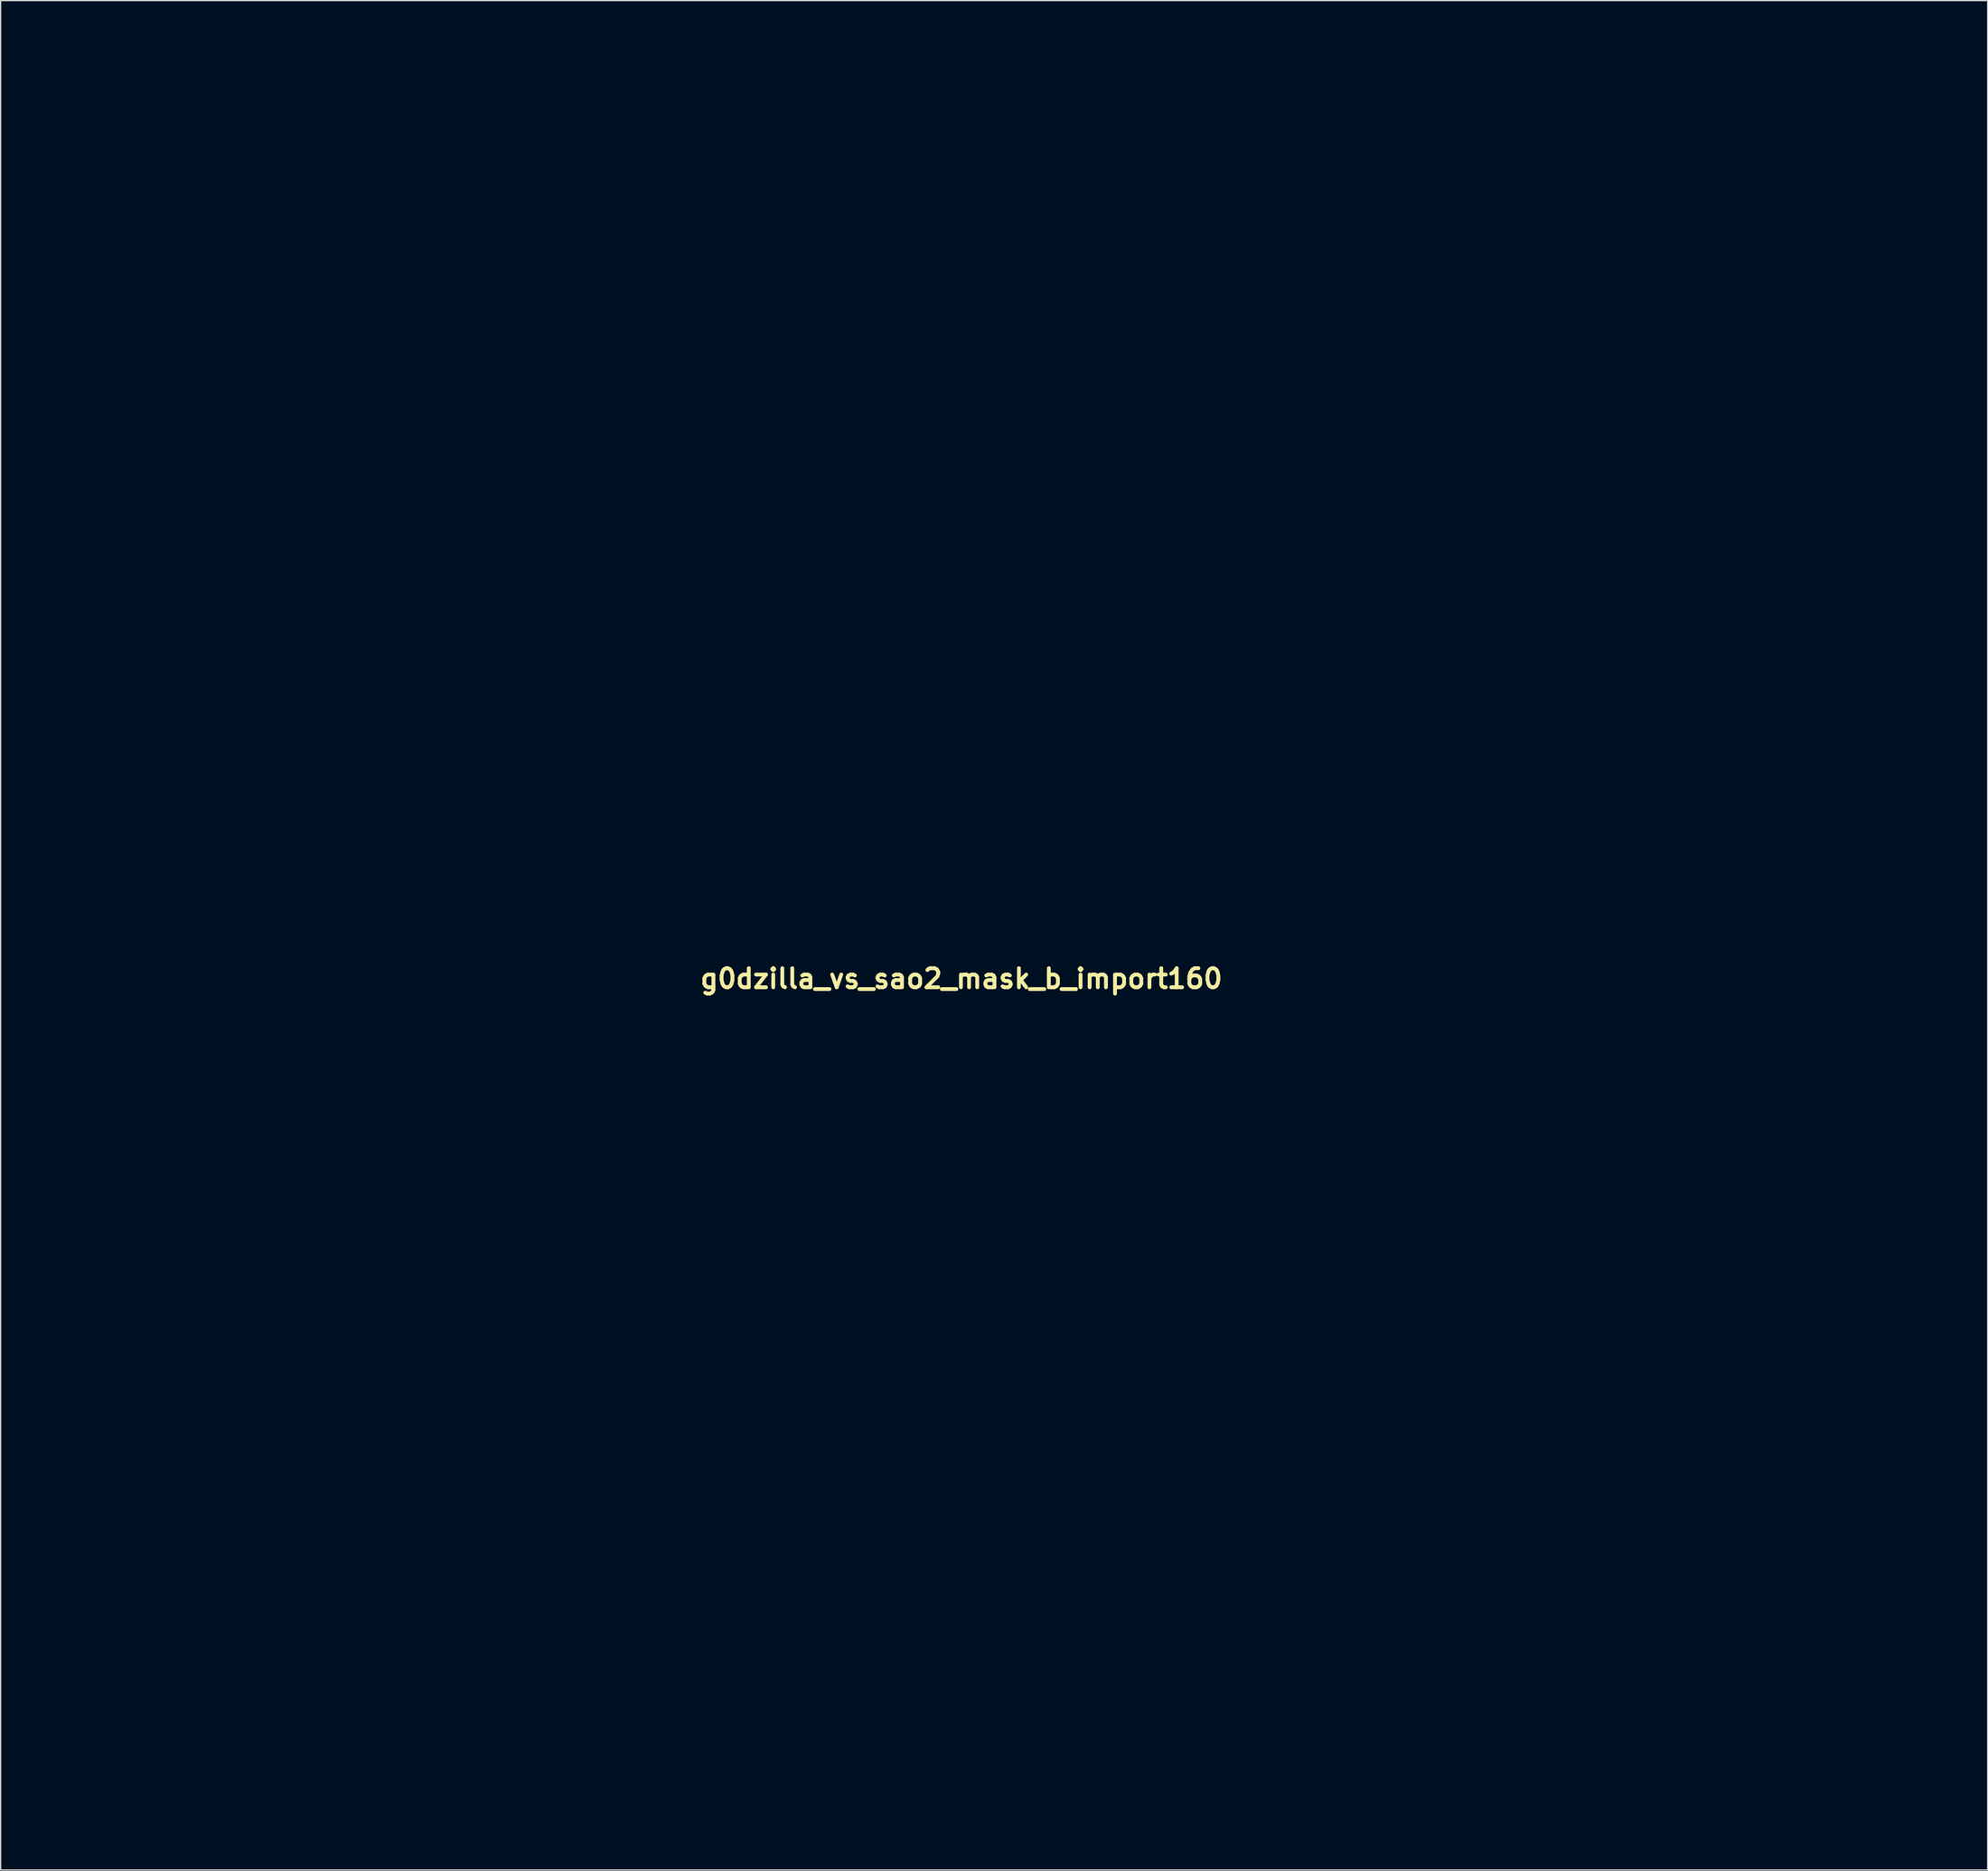
<source format=kicad_pcb>
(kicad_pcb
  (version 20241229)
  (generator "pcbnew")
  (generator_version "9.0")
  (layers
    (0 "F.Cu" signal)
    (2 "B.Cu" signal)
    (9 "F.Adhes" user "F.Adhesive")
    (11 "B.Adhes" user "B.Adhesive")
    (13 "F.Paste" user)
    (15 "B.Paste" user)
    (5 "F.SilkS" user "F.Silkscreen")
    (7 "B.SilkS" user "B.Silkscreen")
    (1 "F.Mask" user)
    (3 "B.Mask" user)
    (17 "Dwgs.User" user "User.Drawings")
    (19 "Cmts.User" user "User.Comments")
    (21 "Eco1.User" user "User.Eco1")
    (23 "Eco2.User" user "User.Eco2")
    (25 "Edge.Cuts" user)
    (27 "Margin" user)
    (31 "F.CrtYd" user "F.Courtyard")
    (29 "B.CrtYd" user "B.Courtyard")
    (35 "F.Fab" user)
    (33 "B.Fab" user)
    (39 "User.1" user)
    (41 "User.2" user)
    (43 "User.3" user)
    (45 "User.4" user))
  (footprint "g0dzilla_vs_sao2_mask_b_import160"
    (layer "F.Cu")
    (at 72.699 74.066)
    (property "Reference" "g0dzilla_vs_sao2_mask_b_import160" (at 0 0 0) (layer "F.SilkS") (effects (font (size 1.5 1.5) (thickness 0.3))))
    (attr board_only exclude_from_pos_files exclude_from_bom)
    (fp_poly (pts (xy -70.266 8.773) (xy -70.266 9.818) (xy -69.156 9.818) (xy -68.046 9.818) (xy -68.046 10.032) (xy -68.046 10.245) (xy -69.156 10.245) (xy -70.265 10.245) (xy -70.276 11.281) (xy -70.288 12.316) (xy -70.469 12.329) (xy -70.65 12.342) (xy -70.65 11.294) (xy -70.65 10.245) (xy -71.675 10.245) (xy -72.699 10.245) (xy -72.699 10.032) (xy -72.699 9.818) (xy -71.675 9.818) (xy -70.65 9.818) (xy -70.65 8.773) (xy -70.65 7.727) (xy -70.458 7.727) (xy -70.266 7.727)) (stroke (width 0) (type solid)) (fill yes) (layer "F.Mask"))
    (fp_poly (pts (xy 75.55 8.804) (xy 75.561 9.86) (xy 76.66 9.871) (xy 77.758 9.883) (xy 77.758 10.053) (xy 77.758 10.224) (xy 76.66 10.235) (xy 75.561 10.247) (xy 75.55 11.303) (xy 75.538 12.358) (xy 75.336 12.371) (xy 75.134 12.384) (xy 75.123 11.326) (xy 75.111 10.267) (xy 74.098 10.255) (xy 73.084 10.244) (xy 73.084 10.053) (xy 73.084 9.861) (xy 74.107 9.861) (xy 75.131 9.861) (xy 75.143 8.805) (xy 75.154 7.748) (xy 75.346 7.748) (xy 75.538 7.748)) (stroke (width 0) (type solid)) (fill yes) (layer "F.Mask"))
    (fp_poly (pts (xy 75.688 63.692) (xy 75.688 64.759) (xy 76.776 64.759) (xy 77.865 64.759) (xy 77.865 64.951) (xy 77.865 65.144) (xy 76.776 65.144) (xy 75.688 65.144) (xy 75.688 65.645) (xy 75.685 65.904) (xy 75.678 66.205) (xy 75.668 66.504) (xy 75.66 66.691) (xy 75.632 67.235) (xy 75.446 67.235) (xy 75.261 67.235) (xy 75.261 66.189) (xy 75.261 65.144) (xy 74.236 65.144) (xy 73.212 65.144) (xy 73.212 64.951) (xy 73.212 64.759) (xy 74.236 64.759) (xy 75.261 64.759) (xy 75.261 63.692) (xy 75.261 62.625) (xy 75.474 62.625) (xy 75.688 62.625)) (stroke (width 0) (type solid)) (fill yes) (layer "F.Mask"))
    (fp_poly (pts (xy -70.341 62.59) (xy -70.159 62.604) (xy -70.151 63.649) (xy -70.143 64.695) (xy -69.02 64.717) (xy -67.897 64.738) (xy -67.897 64.909) (xy -67.897 65.079) (xy -69.017 65.091) (xy -70.137 65.102) (xy -70.148 66.158) (xy -70.159 67.214) (xy -70.334 67.227) (xy -70.509 67.24) (xy -70.537 66.911) (xy -70.547 66.752) (xy -70.555 66.531) (xy -70.561 66.273) (xy -70.565 66.002) (xy -70.565 65.869) (xy -70.565 65.156) (xy -70.892 65.128) (xy -71.051 65.119) (xy -71.272 65.111) (xy -71.529 65.104) (xy -71.798 65.101) (xy -71.916 65.101) (xy -72.614 65.101) (xy -72.614 64.909) (xy -72.614 64.717) (xy -71.568 64.717) (xy -70.522 64.717) (xy -70.522 63.647) (xy -70.522 62.577)) (stroke (width 0) (type solid)) (fill yes) (layer "F.Mask"))
    (fp_poly (pts (xy 75.602 -72.977) (xy 75.602 -71.931) (xy 76.645 -71.931) (xy 76.938 -71.93) (xy 77.204 -71.927) (xy 77.432 -71.923) (xy 77.608 -71.917) (xy 77.721 -71.91) (xy 77.755 -71.905) (xy 77.806 -71.842) (xy 77.822 -71.713) (xy 77.822 -71.547) (xy 76.719 -71.547) (xy 75.616 -71.547) (xy 75.588 -70.836) (xy 75.578 -70.564) (xy 75.57 -70.291) (xy 75.563 -70.041) (xy 75.56 -69.84) (xy 75.56 -69.768) (xy 75.56 -69.412) (xy 75.357 -69.412) (xy 75.154 -69.412) (xy 75.154 -70.469) (xy 75.154 -71.526) (xy 74.138 -71.537) (xy 73.122 -71.548) (xy 73.135 -71.729) (xy 73.148 -71.91) (xy 74.155 -71.931) (xy 75.163 -71.952) (xy 75.159 -72.988) (xy 75.154 -74.023) (xy 75.378 -74.023) (xy 75.602 -74.023)) (stroke (width 0) (type solid)) (fill yes) (layer "F.Mask"))
    (fp_poly (pts (xy -70.224 -37.033) (xy -70.224 -35.988) (xy -69.103 -35.977) (xy -67.983 -35.966) (xy -67.997 -35.795) (xy -68.01 -35.684) (xy -68.023 -35.616) (xy -68.027 -35.609) (xy -68.072 -35.604) (xy -68.19 -35.597) (xy -68.372 -35.591) (xy -68.604 -35.583) (xy -68.875 -35.576) (xy -69.132 -35.57) (xy -70.222 -35.547) (xy -70.233 -34.518) (xy -70.245 -33.49) (xy -70.426 -33.476) (xy -70.608 -33.463) (xy -70.608 -34.512) (xy -70.608 -35.56) (xy -71.263 -35.56) (xy -71.531 -35.562) (xy -71.808 -35.567) (xy -72.064 -35.575) (xy -72.27 -35.585) (xy -72.309 -35.588) (xy -72.699 -35.615) (xy -72.699 -35.801) (xy -72.699 -35.987) (xy -71.654 -35.987) (xy -70.608 -35.987) (xy -70.608 -37.033) (xy -70.608 -38.079) (xy -70.416 -38.079) (xy -70.224 -38.079)) (stroke (width 0) (type solid)) (fill yes) (layer "F.Mask"))
    (fp_poly (pts (xy -70.224 -72.998) (xy -70.224 -71.931) (xy -69.09 -71.931) (xy -67.956 -71.931) (xy -67.969 -71.75) (xy -67.982 -71.568) (xy -68.238 -71.56) (xy -68.362 -71.558) (xy -68.552 -71.555) (xy -68.792 -71.553) (xy -69.062 -71.551) (xy -69.344 -71.55) (xy -69.359 -71.55) (xy -70.224 -71.547) (xy -70.224 -70.501) (xy -70.224 -69.455) (xy -70.416 -69.455) (xy -70.608 -69.455) (xy -70.608 -70.501) (xy -70.608 -70.827) (xy -70.61 -71.078) (xy -70.613 -71.263) (xy -70.62 -71.392) (xy -70.629 -71.475) (xy -70.643 -71.522) (xy -70.661 -71.543) (xy -70.682 -71.548) (xy -70.745 -71.548) (xy -70.88 -71.548) (xy -71.074 -71.549) (xy -71.314 -71.549) (xy -71.586 -71.55) (xy -71.728 -71.551) (xy -72.699 -71.553) (xy -72.699 -71.741) (xy -72.699 -71.93) (xy -71.664 -71.941) (xy -70.629 -71.952) (xy -70.618 -73.009) (xy -70.606 -74.066) (xy -70.415 -74.066) (xy -70.224 -74.066)) (stroke (width 0) (type solid)) (fill yes) (layer "F.Mask"))
    (fp_poly (pts (xy 75.56 -37.723) (xy 75.561 -37.553) (xy 75.566 -37.323) (xy 75.574 -37.057) (xy 75.583 -36.782) (xy 75.588 -36.655) (xy 75.616 -35.944) (xy 76.721 -35.944) (xy 77.827 -35.944) (xy 77.814 -35.763) (xy 77.801 -35.581) (xy 76.702 -35.57) (xy 75.602 -35.559) (xy 75.597 -35.164) (xy 75.593 -34.974) (xy 75.586 -34.727) (xy 75.577 -34.452) (xy 75.567 -34.177) (xy 75.565 -34.109) (xy 75.538 -33.447) (xy 75.357 -33.434) (xy 75.175 -33.421) (xy 75.171 -34.394) (xy 75.169 -34.679) (xy 75.167 -34.938) (xy 75.165 -35.158) (xy 75.163 -35.327) (xy 75.161 -35.43) (xy 75.16 -35.453) (xy 75.155 -35.48) (xy 75.137 -35.501) (xy 75.096 -35.517) (xy 75.022 -35.528) (xy 74.905 -35.536) (xy 74.734 -35.541) (xy 74.5 -35.546) (xy 74.192 -35.55) (xy 74.14 -35.55) (xy 73.126 -35.562) (xy 73.126 -35.752) (xy 73.126 -35.943) (xy 74.14 -35.954) (xy 75.154 -35.966) (xy 75.166 -37.022) (xy 75.177 -38.079) (xy 75.368 -38.079) (xy 75.56 -38.079)) (stroke (width 0) (type solid)) (fill yes) (layer "F.Mask"))
    (fp_poly (pts (xy 20.977 18.668) (xy 21.721 18.708) (xy 22.415 18.788) (xy 23.086 18.913) (xy 23.763 19.087) (xy 24.247 19.238) (xy 25.137 19.577) (xy 25.988 19.987) (xy 26.795 20.465) (xy 27.555 21.005) (xy 28.264 21.603) (xy 28.919 22.257) (xy 29.514 22.961) (xy 30.047 23.712) (xy 30.513 24.505) (xy 30.909 25.336) (xy 31.23 26.201) (xy 31.397 26.783) (xy 31.49 27.161) (xy 31.562 27.498) (xy 31.616 27.815) (xy 31.654 28.133) (xy 31.679 28.472) (xy 31.692 28.852) (xy 31.697 29.293) (xy 31.697 29.37) (xy 31.693 29.823) (xy 31.681 30.211) (xy 31.659 30.555) (xy 31.623 30.875) (xy 31.572 31.191) (xy 31.503 31.524) (xy 31.414 31.894) (xy 31.397 31.957) (xy 31.131 32.828) (xy 30.785 33.68) (xy 30.366 34.502) (xy 29.977 35.133) (xy 29.402 35.921) (xy 28.769 36.646) (xy 28.082 37.307) (xy 27.341 37.903) (xy 26.549 38.433) (xy 25.709 38.895) (xy 24.823 39.287) (xy 23.893 39.608) (xy 22.921 39.857) (xy 22.262 39.98) (xy 22.099 39.999) (xy 21.869 40.018) (xy 21.588 40.034) (xy 21.273 40.048) (xy 20.941 40.06) (xy 20.609 40.068) (xy 20.294 40.072) (xy 20.013 40.073) (xy 19.782 40.068) (xy 19.62 40.059) (xy 19.616 40.058) (xy 18.605 39.912) (xy 17.63 39.69) (xy 16.692 39.394) (xy 15.794 39.023) (xy 14.938 38.58) (xy 14.127 38.065) (xy 13.361 37.479) (xy 12.805 36.981) (xy 12.135 36.282) (xy 11.538 35.539) (xy 11.015 34.753) (xy 10.566 33.924) (xy 10.191 33.056) (xy 9.892 32.147) (xy 9.669 31.199) (xy 9.641 31.049) (xy 9.599 30.744) (xy 9.567 30.375) (xy 9.546 29.961) (xy 9.536 29.523) (xy 9.536 29.08) (xy 9.548 28.654) (xy 9.571 28.264) (xy 9.605 27.93) (xy 9.618 27.839) (xy 9.808 26.904) (xy 10.078 25.997) (xy 10.424 25.121) (xy 10.847 24.283) (xy 11.261 23.607) (xy 11.834 22.823) (xy 12.467 22.098) (xy 13.156 21.436) (xy 13.898 20.838) (xy 14.689 20.306) (xy 15.527 19.844) (xy 16.407 19.452) (xy 17.327 19.133) (xy 18.283 18.89) (xy 18.468 18.853) (xy 19.005 18.761) (xy 19.53 18.7) (xy 20.069 18.668) (xy 20.651 18.661)) (stroke (width 0) (type solid)) (fill yes) (layer "F.Mask"))
    (fp_poly (pts (xy 21.149 -40.231) (xy 21.529 -40.217) (xy 21.863 -40.194) (xy 22.135 -40.165) (xy 22.177 -40.158) (xy 23.17 -39.962) (xy 24.111 -39.7) (xy 25.004 -39.371) (xy 25.854 -38.973) (xy 26.666 -38.504) (xy 27.386 -38.005) (xy 28.118 -37.404) (xy 28.793 -36.745) (xy 29.405 -36.034) (xy 29.952 -35.277) (xy 30.43 -34.479) (xy 30.835 -33.645) (xy 31.164 -32.78) (xy 31.355 -32.128) (xy 31.445 -31.761) (xy 31.516 -31.434) (xy 31.569 -31.127) (xy 31.607 -30.821) (xy 31.632 -30.497) (xy 31.647 -30.136) (xy 31.652 -29.717) (xy 31.653 -29.498) (xy 31.651 -29.141) (xy 31.647 -28.854) (xy 31.64 -28.619) (xy 31.629 -28.421) (xy 31.612 -28.244) (xy 31.588 -28.071) (xy 31.558 -27.886) (xy 31.554 -27.862) (xy 31.342 -26.908) (xy 31.055 -25.993) (xy 30.692 -25.118) (xy 30.254 -24.284) (xy 29.742 -23.491) (xy 29.157 -22.741) (xy 28.498 -22.035) (xy 28.391 -21.931) (xy 27.66 -21.289) (xy 26.883 -20.718) (xy 26.06 -20.22) (xy 25.191 -19.793) (xy 24.277 -19.438) (xy 23.32 -19.156) (xy 22.319 -18.947) (xy 22.22 -18.931) (xy 21.987 -18.902) (xy 21.689 -18.879) (xy 21.341 -18.861) (xy 20.965 -18.849) (xy 20.577 -18.843) (xy 20.196 -18.843) (xy 19.841 -18.849) (xy 19.53 -18.863) (xy 19.283 -18.883) (xy 19.253 -18.887) (xy 18.262 -19.054) (xy 17.304 -19.298) (xy 16.38 -19.617) (xy 15.495 -20.01) (xy 14.651 -20.476) (xy 13.853 -21.012) (xy 13.102 -21.618) (xy 12.764 -21.928) (xy 12.094 -22.628) (xy 11.496 -23.371) (xy 10.973 -24.157) (xy 10.524 -24.985) (xy 10.149 -25.854) (xy 9.85 -26.763) (xy 9.627 -27.71) (xy 9.599 -27.862) (xy 9.556 -28.168) (xy 9.524 -28.539) (xy 9.503 -28.954) (xy 9.493 -29.394) (xy 9.494 -29.837) (xy 9.506 -30.265) (xy 9.529 -30.656) (xy 9.563 -30.991) (xy 9.576 -31.076) (xy 9.765 -32.004) (xy 10.034 -32.908) (xy 10.379 -33.782) (xy 10.799 -34.618) (xy 11.218 -35.304) (xy 11.789 -36.087) (xy 12.416 -36.807) (xy 13.103 -37.466) (xy 13.767 -38.005) (xy 14.547 -38.542) (xy 15.361 -39.005) (xy 16.214 -39.398) (xy 17.111 -39.722) (xy 18.055 -39.979) (xy 18.975 -40.158) (xy 19.233 -40.189) (xy 19.557 -40.213) (xy 19.93 -40.229) (xy 20.331 -40.237) (xy 20.744 -40.238)) (stroke (width 0) (type solid)) (fill yes) (layer "F.Mask"))
    (fp_poly (pts (xy -19.877 18.68) (xy -19.498 18.695) (xy -19.163 18.717) (xy -18.891 18.747) (xy -18.847 18.753) (xy -17.854 18.949) (xy -16.913 19.211) (xy -16.019 19.54) (xy -15.167 19.94) (xy -14.353 20.411) (xy -13.619 20.921) (xy -12.89 21.521) (xy -12.219 22.179) (xy -11.609 22.89) (xy -11.063 23.647) (xy -10.587 24.446) (xy -10.183 25.28) (xy -9.856 26.144) (xy -9.669 26.783) (xy -9.579 27.15) (xy -9.509 27.477) (xy -9.455 27.784) (xy -9.417 28.089) (xy -9.392 28.414) (xy -9.378 28.775) (xy -9.372 29.194) (xy -9.372 29.413) (xy -9.376 29.876) (xy -9.389 30.275) (xy -9.414 30.63) (xy -9.454 30.961) (xy -9.51 31.289) (xy -9.586 31.634) (xy -9.684 32.018) (xy -9.716 32.138) (xy -10.001 33.016) (xy -10.362 33.862) (xy -10.795 34.671) (xy -11.298 35.441) (xy -11.865 36.165) (xy -12.494 36.842) (xy -13.18 37.466) (xy -13.918 38.034) (xy -14.706 38.541) (xy -15.54 38.983) (xy -16.415 39.357) (xy -16.841 39.509) (xy -17.571 39.723) (xy -18.354 39.9) (xy -18.805 39.98) (xy -18.967 39.999) (xy -19.198 40.018) (xy -19.479 40.034) (xy -19.794 40.048) (xy -20.126 40.06) (xy -20.458 40.068) (xy -20.773 40.072) (xy -21.054 40.073) (xy -21.285 40.068) (xy -21.447 40.059) (xy -21.451 40.058) (xy -22.462 39.912) (xy -23.437 39.69) (xy -24.375 39.394) (xy -25.272 39.023) (xy -26.128 38.58) (xy -26.94 38.065) (xy -27.706 37.479) (xy -28.262 36.981) (xy -28.932 36.282) (xy -29.529 35.539) (xy -30.052 34.753) (xy -30.501 33.924) (xy -30.875 33.056) (xy -31.175 32.147) (xy -31.398 31.199) (xy -31.425 31.049) (xy -31.468 30.743) (xy -31.5 30.372) (xy -31.521 29.957) (xy -31.531 29.517) (xy -31.53 29.074) (xy -31.519 28.646) (xy -31.495 28.255) (xy -31.461 27.92) (xy -31.448 27.835) (xy -31.273 26.956) (xy -31.03 26.112) (xy -30.713 25.285) (xy -30.482 24.781) (xy -30.04 23.973) (xy -29.525 23.202) (xy -28.941 22.474) (xy -28.295 21.794) (xy -27.591 21.168) (xy -26.837 20.604) (xy -26.245 20.227) (xy -25.442 19.795) (xy -24.608 19.431) (xy -23.735 19.132) (xy -22.814 18.897) (xy -22.049 18.753) (xy -21.792 18.722) (xy -21.468 18.699) (xy -21.096 18.683) (xy -20.694 18.674) (xy -20.282 18.674)) (stroke (width 0) (type solid)) (fill yes) (layer "F.Mask"))
    (fp_poly (pts (xy -19.877 -40.188) (xy -19.498 -40.173) (xy -19.163 -40.151) (xy -18.891 -40.122) (xy -18.847 -40.115) (xy -17.835 -39.914) (xy -16.87 -39.641) (xy -15.952 -39.298) (xy -15.08 -38.883) (xy -14.254 -38.396) (xy -13.473 -37.837) (xy -12.737 -37.206) (xy -12.633 -37.108) (xy -11.963 -36.409) (xy -11.367 -35.666) (xy -10.844 -34.88) (xy -10.395 -34.052) (xy -10.021 -33.183) (xy -9.721 -32.273) (xy -9.497 -31.323) (xy -9.47 -31.177) (xy -9.439 -30.996) (xy -9.415 -30.829) (xy -9.398 -30.661) (xy -9.386 -30.476) (xy -9.378 -30.259) (xy -9.374 -29.995) (xy -9.372 -29.667) (xy -9.372 -29.498) (xy -9.373 -29.138) (xy -9.376 -28.848) (xy -9.382 -28.612) (xy -9.392 -28.415) (xy -9.407 -28.241) (xy -9.428 -28.075) (xy -9.455 -27.902) (xy -9.47 -27.819) (xy -9.683 -26.863) (xy -9.971 -25.948) (xy -10.334 -25.072) (xy -10.772 -24.238) (xy -11.283 -23.446) (xy -11.869 -22.696) (xy -12.528 -21.991) (xy -12.633 -21.889) (xy -13.364 -21.247) (xy -14.141 -20.676) (xy -14.965 -20.177) (xy -15.833 -19.75) (xy -16.747 -19.395) (xy -17.704 -19.113) (xy -18.704 -18.905) (xy -18.805 -18.888) (xy -18.967 -18.869) (xy -19.198 -18.851) (xy -19.479 -18.834) (xy -19.794 -18.82) (xy -20.126 -18.809) (xy -20.458 -18.8) (xy -20.773 -18.796) (xy -21.054 -18.796) (xy -21.285 -18.8) (xy -21.447 -18.81) (xy -21.451 -18.81) (xy -22.462 -18.956) (xy -23.437 -19.178) (xy -24.375 -19.475) (xy -25.272 -19.845) (xy -26.128 -20.288) (xy -26.94 -20.803) (xy -27.706 -21.389) (xy -28.262 -21.887) (xy -28.932 -22.586) (xy -29.529 -23.329) (xy -30.052 -24.115) (xy -30.501 -24.943) (xy -30.875 -25.812) (xy -31.175 -26.722) (xy -31.399 -27.672) (xy -31.426 -27.819) (xy -31.457 -28.001) (xy -31.481 -28.168) (xy -31.498 -28.336) (xy -31.51 -28.52) (xy -31.518 -28.737) (xy -31.522 -29.002) (xy -31.524 -29.329) (xy -31.524 -29.498) (xy -31.521 -29.958) (xy -31.51 -30.353) (xy -31.487 -30.701) (xy -31.452 -31.023) (xy -31.402 -31.337) (xy -31.334 -31.664) (xy -31.245 -32.022) (xy -31.18 -32.266) (xy -30.895 -33.144) (xy -30.534 -33.99) (xy -30.101 -34.799) (xy -29.598 -35.569) (xy -29.031 -36.294) (xy -28.402 -36.97) (xy -27.717 -37.594) (xy -26.978 -38.162) (xy -26.19 -38.669) (xy -25.356 -39.111) (xy -24.482 -39.485) (xy -24.055 -39.637) (xy -23.24 -39.873) (xy -22.355 -40.063) (xy -22.049 -40.115) (xy -21.792 -40.146) (xy -21.468 -40.17) (xy -21.096 -40.186) (xy -20.694 -40.194) (xy -20.282 -40.195)) (stroke (width 0) (type solid)) (fill yes) (layer "F.Mask"))
    (fp_poly (pts (xy -24.563 -1.147) (xy -23.69 -1.147) (xy -22.786 -1.146) (xy -21.856 -1.145) (xy -20.902 -1.145) (xy -20.299 -1.144) (xy -9.285 -1.131) (xy -9.052 -1.003) (xy -8.805 -0.825) (xy -8.627 -0.608) (xy -8.515 -0.362) (xy -8.47 -0.102) (xy -8.492 0.161) (xy -8.58 0.414) (xy -8.735 0.645) (xy -8.957 0.841) (xy -9.071 0.911) (xy -9.242 1.003) (xy -20.405 1.011) (xy -21.581 1.012) (xy -22.674 1.012) (xy -23.687 1.013) (xy -24.624 1.013) (xy -25.487 1.013) (xy -26.279 1.013) (xy -27.004 1.012) (xy -27.663 1.012) (xy -28.261 1.011) (xy -28.799 1.009) (xy -29.282 1.008) (xy -29.711 1.006) (xy -30.09 1.004) (xy -30.421 1.001) (xy -30.708 0.998) (xy -30.953 0.995) (xy -31.16 0.992) (xy -31.331 0.988) (xy -31.47 0.983) (xy -31.578 0.978) (xy -31.66 0.973) (xy -31.717 0.967) (xy -31.754 0.961) (xy -31.762 0.959) (xy -32.013 0.84) (xy -32.216 0.661) (xy -32.366 0.437) (xy -32.459 0.183) (xy -32.489 -0.088) (xy -32.478 -0.164) (xy -32.331 -0.164) (xy -32.329 0.085) (xy -32.257 0.322) (xy -32.118 0.532) (xy -31.914 0.701) (xy -31.84 0.742) (xy -31.615 0.854) (xy -20.422 0.843) (xy -9.228 0.832) (xy -9.043 0.704) (xy -8.854 0.528) (xy -8.717 0.31) (xy -8.644 0.071) (xy -8.638 -0.112) (xy -8.702 -0.396) (xy -8.834 -0.634) (xy -9.026 -0.817) (xy -9.259 -0.933) (xy -9.299 -0.939) (xy -9.388 -0.944) (xy -9.527 -0.948) (xy -9.719 -0.953) (xy -9.965 -0.957) (xy -10.268 -0.96) (xy -10.629 -0.964) (xy -11.051 -0.967) (xy -11.535 -0.969) (xy -12.085 -0.972) (xy -12.7 -0.974) (xy -13.385 -0.976) (xy -14.141 -0.977) (xy -14.969 -0.978) (xy -15.872 -0.979) (xy -16.852 -0.98) (xy -17.911 -0.981) (xy -19.05 -0.981) (xy -20.273 -0.981) (xy -20.508 -0.981) (xy -21.659 -0.981) (xy -22.729 -0.981) (xy -23.719 -0.98) (xy -24.633 -0.98) (xy -25.474 -0.98) (xy -26.245 -0.979) (xy -26.949 -0.979) (xy -27.59 -0.978) (xy -28.17 -0.977) (xy -28.693 -0.975) (xy -29.161 -0.974) (xy -29.578 -0.972) (xy -29.947 -0.97) (xy -30.27 -0.968) (xy -30.552 -0.965) (xy -30.795 -0.962) (xy -31.002 -0.959) (xy -31.176 -0.955) (xy -31.321 -0.951) (xy -31.44 -0.946) (xy -31.534 -0.941) (xy -31.609 -0.936) (xy -31.667 -0.93) (xy -31.71 -0.923) (xy -31.742 -0.916) (xy -31.767 -0.909) (xy -31.784 -0.901) (xy -31.916 -0.821) (xy -32.053 -0.705) (xy -32.112 -0.642) (xy -32.259 -0.412) (xy -32.331 -0.164) (xy -32.478 -0.164) (xy -32.45 -0.36) (xy -32.337 -0.619) (xy -32.334 -0.624) (xy -32.161 -0.831) (xy -31.932 -0.996) (xy -31.672 -1.103) (xy -31.532 -1.131) (xy -31.47 -1.133) (xy -31.327 -1.135) (xy -31.106 -1.137) (xy -30.81 -1.139) (xy -30.444 -1.14) (xy -30.01 -1.142) (xy -29.513 -1.143) (xy -28.956 -1.144) (xy -28.343 -1.145) (xy -27.677 -1.146) (xy -26.963 -1.146) (xy -26.203 -1.147) (xy -25.402 -1.147)) (stroke (width 0) (type solid)) (fill yes) (layer "F.Mask"))
    (fp_poly (pts (xy 27.693 -1.148) (xy 28.291 -1.148) (xy 28.83 -1.146) (xy 29.315 -1.144) (xy 29.748 -1.141) (xy 30.132 -1.137) (xy 30.471 -1.132) (xy 30.767 -1.126) (xy 31.024 -1.119) (xy 31.245 -1.111) (xy 31.432 -1.101) (xy 31.59 -1.091) (xy 31.72 -1.078) (xy 31.826 -1.064) (xy 31.911 -1.049) (xy 31.978 -1.032) (xy 32.03 -1.013) (xy 32.07 -0.992) (xy 32.102 -0.969) (xy 32.128 -0.944) (xy 32.151 -0.917) (xy 32.175 -0.888) (xy 32.202 -0.857) (xy 32.232 -0.827) (xy 32.417 -0.601) (xy 32.529 -0.347) (xy 32.572 -0.08) (xy 32.546 0.187) (xy 32.453 0.44) (xy 32.296 0.665) (xy 32.077 0.847) (xy 31.995 0.893) (xy 31.782 1.003) (xy 20.64 1.01) (xy 19.669 1.01) (xy 18.72 1.01) (xy 17.796 1.01) (xy 16.9 1.01) (xy 16.037 1.01) (xy 15.21 1.009) (xy 14.423 1.008) (xy 13.679 1.007) (xy 12.981 1.006) (xy 12.334 1.004) (xy 11.741 1.002) (xy 11.206 1.001) (xy 10.731 0.999) (xy 10.322 0.997) (xy 9.98 0.994) (xy 9.711 0.992) (xy 9.517 0.989) (xy 9.402 0.987) (xy 9.37 0.985) (xy 9.099 0.878) (xy 8.876 0.709) (xy 8.707 0.491) (xy 8.599 0.236) (xy 8.559 -0.043) (xy 8.564 -0.088) (xy 8.709 -0.088) (xy 8.748 0.196) (xy 8.862 0.443) (xy 9.045 0.644) (xy 9.232 0.764) (xy 9.413 0.854) (xy 20.555 0.853) (xy 21.708 0.853) (xy 22.779 0.853) (xy 23.771 0.852) (xy 24.687 0.852) (xy 25.53 0.852) (xy 26.303 0.851) (xy 27.009 0.851) (xy 27.652 0.85) (xy 28.233 0.849) (xy 28.758 0.847) (xy 29.228 0.846) (xy 29.646 0.844) (xy 30.016 0.842) (xy 30.341 0.84) (xy 30.625 0.837) (xy 30.869 0.834) (xy 31.077 0.831) (xy 31.252 0.827) (xy 31.398 0.823) (xy 31.517 0.819) (xy 31.613 0.814) (xy 31.688 0.808) (xy 31.746 0.802) (xy 31.79 0.796) (xy 31.823 0.789) (xy 31.848 0.781) (xy 31.867 0.773) (xy 31.867 0.773) (xy 32.049 0.659) (xy 32.213 0.504) (xy 32.332 0.336) (xy 32.359 0.277) (xy 32.402 0.075) (xy 32.401 -0.154) (xy 32.357 -0.37) (xy 32.321 -0.459) (xy 32.188 -0.652) (xy 32.011 -0.815) (xy 31.817 -0.924) (xy 31.772 -0.939) (xy 31.724 -0.944) (xy 31.618 -0.949) (xy 31.451 -0.954) (xy 31.222 -0.958) (xy 30.93 -0.961) (xy 30.573 -0.964) (xy 30.15 -0.967) (xy 29.658 -0.97) (xy 29.097 -0.972) (xy 28.464 -0.973) (xy 27.759 -0.975) (xy 26.98 -0.975) (xy 26.125 -0.976) (xy 25.192 -0.976) (xy 24.18 -0.976) (xy 23.088 -0.975) (xy 21.914 -0.974) (xy 20.657 -0.973) (xy 20.462 -0.973) (xy 9.314 -0.961) (xy 9.128 -0.832) (xy 8.976 -0.69) (xy 8.844 -0.503) (xy 8.75 -0.299) (xy 8.709 -0.108) (xy 8.709 -0.088) (xy 8.564 -0.088) (xy 8.591 -0.334) (xy 8.637 -0.478) (xy 8.748 -0.674) (xy 8.919 -0.861) (xy 9.123 -1.012) (xy 9.215 -1.061) (xy 9.236 -1.068) (xy 9.266 -1.075) (xy 9.31 -1.081) (xy 9.37 -1.087) (xy 9.449 -1.093) (xy 9.55 -1.098) (xy 9.676 -1.102) (xy 9.831 -1.106) (xy 10.017 -1.11) (xy 10.238 -1.114) (xy 10.496 -1.117) (xy 10.795 -1.12) (xy 11.138 -1.123) (xy 11.527 -1.125) (xy 11.967 -1.127) (xy 12.459 -1.129) (xy 13.007 -1.131) (xy 13.614 -1.133) (xy 14.283 -1.134) (xy 15.017 -1.136) (xy 15.82 -1.137) (xy 16.694 -1.138) (xy 17.642 -1.139) (xy 18.667 -1.14) (xy 19.774 -1.142) (xy 20.468 -1.142) (xy 21.638 -1.144) (xy 22.725 -1.145) (xy 23.733 -1.146) (xy 24.666 -1.147) (xy 25.525 -1.148) (xy 26.313 -1.149) (xy 27.035 -1.149)) (stroke (width 0) (type solid)) (fill yes) (layer "F.Mask"))
    (fp_poly (pts (xy 0.353 -6.344) (xy 0.366 -6.341) (xy 0.63 -6.223) (xy 0.836 -6.046) (xy 0.986 -5.807) (xy 1.079 -5.505) (xy 1.111 -5.275) (xy 1.173 -4.911) (xy 1.297 -4.515) (xy 1.475 -4.105) (xy 1.697 -3.696) (xy 1.957 -3.306) (xy 2.244 -2.952) (xy 2.323 -2.866) (xy 2.761 -2.467) (xy 3.258 -2.118) (xy 3.676 -1.889) (xy 3.871 -1.801) (xy 4.12 -1.698) (xy 4.406 -1.586) (xy 4.712 -1.472) (xy 5.018 -1.362) (xy 5.307 -1.263) (xy 5.562 -1.182) (xy 5.763 -1.124) (xy 5.826 -1.109) (xy 6.114 -1.007) (xy 6.351 -0.847) (xy 6.53 -0.638) (xy 6.646 -0.394) (xy 6.693 -0.124) (xy 6.666 0.159) (xy 6.572 0.418) (xy 6.406 0.672) (xy 6.197 0.853) (xy 5.94 0.965) (xy 5.863 0.983) (xy 5.759 1.012) (xy 5.59 1.065) (xy 5.372 1.139) (xy 5.121 1.226) (xy 4.851 1.322) (xy 4.578 1.422) (xy 4.318 1.518) (xy 4.085 1.607) (xy 3.896 1.683) (xy 3.778 1.734) (xy 3.398 1.94) (xy 3.011 2.211) (xy 2.634 2.53) (xy 2.28 2.884) (xy 1.965 3.257) (xy 1.703 3.636) (xy 1.515 3.988) (xy 1.376 4.327) (xy 1.266 4.641) (xy 1.191 4.916) (xy 1.155 5.139) (xy 1.152 5.201) (xy 1.113 5.481) (xy 1.004 5.744) (xy 0.838 5.972) (xy 0.625 6.147) (xy 0.503 6.209) (xy 0.332 6.253) (xy 0.118 6.27) (xy -0.099 6.259) (xy -0.281 6.221) (xy -0.289 6.218) (xy -0.508 6.099) (xy -0.707 5.917) (xy -0.835 5.74) (xy -0.901 5.604) (xy -0.946 5.445) (xy -0.976 5.237) (xy -0.982 5.176) (xy -1.046 4.802) (xy -1.169 4.4) (xy -1.341 3.991) (xy -1.552 3.6) (xy -1.679 3.405) (xy -2.002 2.992) (xy -2.372 2.605) (xy -2.773 2.257) (xy -3.19 1.962) (xy -3.606 1.734) (xy -3.707 1.689) (xy -3.948 1.591) (xy -4.223 1.486) (xy -4.517 1.378) (xy -4.813 1.273) (xy -5.094 1.177) (xy -5.346 1.095) (xy -5.551 1.034) (xy -5.694 0.998) (xy -5.699 0.997) (xy -5.992 0.911) (xy -6.225 0.774) (xy -6.411 0.576) (xy -6.465 0.496) (xy -6.57 0.253) (xy -6.616 -0.021) (xy -6.613 -0.06) (xy -6.445 -0.06) (xy -6.429 0.16) (xy -6.387 0.315) (xy -6.255 0.525) (xy -6.057 0.693) (xy -5.807 0.809) (xy -5.618 0.854) (xy -5.495 0.882) (xy -5.309 0.936) (xy -5.076 1.01) (xy -4.812 1.099) (xy -4.534 1.197) (xy -4.257 1.298) (xy -3.999 1.397) (xy -3.775 1.488) (xy -3.757 1.495) (xy -3.167 1.789) (xy -2.638 2.141) (xy -2.168 2.554) (xy -1.753 3.03) (xy -1.583 3.266) (xy -1.437 3.482) (xy -1.329 3.651) (xy -1.246 3.795) (xy -1.177 3.936) (xy -1.112 4.096) (xy -1.037 4.299) (xy -1.002 4.398) (xy -0.874 4.829) (xy -0.813 5.199) (xy -0.765 5.485) (xy -0.674 5.707) (xy -0.531 5.879) (xy -0.342 6.008) (xy -0.214 6.067) (xy -0.092 6.095) (xy 0.062 6.099) (xy 0.137 6.096) (xy 0.317 6.079) (xy 0.449 6.042) (xy 0.572 5.976) (xy 0.606 5.952) (xy 0.783 5.795) (xy 0.907 5.601) (xy 0.987 5.356) (xy 1.023 5.111) (xy 1.107 4.645) (xy 1.268 4.169) (xy 1.497 3.694) (xy 1.788 3.23) (xy 2.135 2.789) (xy 2.531 2.381) (xy 2.86 2.101) (xy 3.035 1.979) (xy 3.26 1.84) (xy 3.506 1.702) (xy 3.746 1.581) (xy 3.85 1.534) (xy 4.029 1.46) (xy 4.255 1.372) (xy 4.51 1.276) (xy 4.778 1.177) (xy 5.044 1.081) (xy 5.292 0.995) (xy 5.505 0.924) (xy 5.668 0.873) (xy 5.752 0.851) (xy 5.99 0.779) (xy 6.181 0.661) (xy 6.333 0.509) (xy 6.475 0.284) (xy 6.542 0.046) (xy 6.538 -0.194) (xy 6.468 -0.424) (xy 6.338 -0.631) (xy 6.153 -0.802) (xy 5.917 -0.926) (xy 5.713 -0.98) (xy 5.564 -1.014) (xy 5.353 -1.076) (xy 5.096 -1.161) (xy 4.808 -1.262) (xy 4.505 -1.375) (xy 4.204 -1.493) (xy 3.921 -1.61) (xy 3.79 -1.667) (xy 3.227 -1.956) (xy 2.725 -2.298) (xy 2.274 -2.702) (xy 1.865 -3.175) (xy 1.677 -3.434) (xy 1.517 -3.676) (xy 1.395 -3.886) (xy 1.294 -4.099) (xy 1.197 -4.347) (xy 1.168 -4.429) (xy 1.051 -4.795) (xy 0.98 -5.099) (xy 0.959 -5.257) (xy 0.939 -5.431) (xy 0.909 -5.59) (xy 0.878 -5.694) (xy 0.739 -5.91) (xy 0.542 -6.08) (xy 0.305 -6.192) (xy 0.047 -6.233) (xy 0.043 -6.233) (xy -0.216 -6.203) (xy -0.432 -6.107) (xy -0.59 -5.978) (xy -0.718 -5.83) (xy -0.805 -5.676) (xy -0.86 -5.489) (xy -0.895 -5.244) (xy -0.896 -5.234) (xy -0.961 -4.823) (xy -1.075 -4.427) (xy -1.247 -4.03) (xy -1.481 -3.614) (xy -1.61 -3.415) (xy -1.978 -2.934) (xy -2.4 -2.502) (xy -2.864 -2.13) (xy -3.358 -1.829) (xy -3.55 -1.735) (xy -3.793 -1.628) (xy -4.064 -1.516) (xy -4.35 -1.404) (xy -4.637 -1.295) (xy -4.912 -1.195) (xy -5.161 -1.109) (xy -5.372 -1.042) (xy -5.53 -0.998) (xy -5.623 -0.982) (xy -5.623 -0.982) (xy -5.821 -0.944) (xy -6.022 -0.839) (xy -6.205 -0.683) (xy -6.348 -0.492) (xy -6.365 -0.461) (xy -6.423 -0.28) (xy -6.445 -0.06) (xy -6.613 -0.06) (xy -6.598 -0.295) (xy -6.556 -0.446) (xy -6.454 -0.627) (xy -6.3 -0.803) (xy -6.118 -0.953) (xy -5.934 -1.052) (xy -5.886 -1.067) (xy -5.665 -1.131) (xy -5.387 -1.217) (xy -5.076 -1.32) (xy -4.754 -1.43) (xy -4.444 -1.54) (xy -4.167 -1.643) (xy -3.948 -1.73) (xy -3.927 -1.739) (xy -3.404 -1.987) (xy -2.951 -2.258) (xy -2.553 -2.564) (xy -2.195 -2.918) (xy -1.863 -3.33) (xy -1.733 -3.516) (xy -1.606 -3.707) (xy -1.509 -3.862) (xy -1.431 -4.003) (xy -1.362 -4.152) (xy -1.292 -4.33) (xy -1.21 -4.559) (xy -1.171 -4.668) (xy -1.08 -4.964) (xy -1.033 -5.203) (xy -1.025 -5.332) (xy -0.984 -5.621) (xy -0.869 -5.883) (xy -0.689 -6.105) (xy -0.455 -6.273) (xy -0.304 -6.338) (xy -0.087 -6.392) (xy 0.119 -6.394)) (stroke (width 0) (type solid)) (fill yes) (layer "F.Mask"))
    (fp_poly (pts (xy -20.291 -41.911) (xy -20.039 -41.903) (xy -19.749 -41.889) (xy -19.4 -41.87) (xy -19.282 -41.863) (xy -18.891 -41.837) (xy -18.541 -41.811) (xy -18.243 -41.784) (xy -18.007 -41.757) (xy -17.842 -41.731) (xy -17.799 -41.722) (xy -17.602 -41.659) (xy -17.365 -41.563) (xy -17.119 -41.448) (xy -16.897 -41.329) (xy -16.771 -41.251) (xy -16.681 -41.182) (xy -16.539 -41.065) (xy -16.357 -40.91) (xy -16.146 -40.727) (xy -15.918 -40.527) (xy -15.685 -40.319) (xy -15.456 -40.113) (xy -15.244 -39.92) (xy -15.061 -39.748) (xy -14.963 -39.655) (xy -14.783 -39.486) (xy -14.558 -39.284) (xy -14.31 -39.066) (xy -14.059 -38.852) (xy -13.892 -38.713) (xy -13.402 -38.311) (xy -12.974 -37.956) (xy -12.6 -37.642) (xy -12.275 -37.365) (xy -11.992 -37.118) (xy -11.745 -36.897) (xy -11.528 -36.695) (xy -11.334 -36.508) (xy -11.157 -36.33) (xy -11.121 -36.291) (xy -10.949 -36.114) (xy -10.731 -35.888) (xy -10.478 -35.628) (xy -10.204 -35.347) (xy -9.92 -35.057) (xy -9.641 -34.772) (xy -9.536 -34.665) (xy -9.248 -34.371) (xy -8.993 -34.109) (xy -8.763 -33.87) (xy -8.55 -33.644) (xy -8.343 -33.421) (xy -8.134 -33.191) (xy -7.915 -32.945) (xy -7.677 -32.673) (xy -7.41 -32.364) (xy -7.106 -32.01) (xy -6.756 -31.6) (xy -6.752 -31.595) (xy -6.599 -31.416) (xy -6.442 -31.232) (xy -6.303 -31.07) (xy -6.236 -30.992) (xy -6.137 -30.867) (xy -6.001 -30.683) (xy -5.837 -30.451) (xy -5.653 -30.184) (xy -5.458 -29.896) (xy -5.262 -29.597) (xy -5.071 -29.302) (xy -4.952 -29.114) (xy -4.719 -28.742) (xy -4.526 -28.433) (xy -4.366 -28.176) (xy -4.233 -27.964) (xy -4.122 -27.785) (xy -4.025 -27.631) (xy -3.939 -27.491) (xy -3.856 -27.357) (xy -3.82 -27.3) (xy -3.721 -27.139) (xy -3.586 -26.923) (xy -3.427 -26.668) (xy -3.253 -26.39) (xy -3.075 -26.106) (xy -2.98 -25.955) (xy -2.677 -25.473) (xy -2.417 -25.056) (xy -2.194 -24.697) (xy -2.006 -24.389) (xy -1.848 -24.126) (xy -1.715 -23.901) (xy -1.605 -23.706) (xy -1.513 -23.536) (xy -1.435 -23.382) (xy -1.368 -23.239) (xy -1.306 -23.099) (xy -1.253 -22.971) (xy -1.217 -22.88) (xy -1.184 -22.795) (xy -1.155 -22.71) (xy -1.128 -22.62) (xy -1.104 -22.522) (xy -1.083 -22.411) (xy -1.064 -22.282) (xy -1.048 -22.13) (xy -1.033 -21.952) (xy -1.021 -21.742) (xy -1.01 -21.497) (xy -1 -21.211) (xy -0.991 -20.88) (xy -0.984 -20.5) (xy -0.977 -20.065) (xy -0.97 -19.572) (xy -0.964 -19.016) (xy -0.958 -18.393) (xy -0.952 -17.697) (xy -0.946 -16.925) (xy -0.94 -16.136) (xy -0.933 -15.227) (xy -0.926 -14.399) (xy -0.92 -13.649) (xy -0.915 -12.973) (xy -0.91 -12.366) (xy -0.905 -11.825) (xy -0.901 -11.346) (xy -0.897 -10.926) (xy -0.893 -10.559) (xy -0.889 -10.244) (xy -0.885 -9.974) (xy -0.881 -9.747) (xy -0.876 -9.559) (xy -0.872 -9.406) (xy -0.867 -9.283) (xy -0.862 -9.188) (xy -0.857 -9.116) (xy -0.85 -9.063) (xy -0.844 -9.025) (xy -0.836 -8.999) (xy -0.828 -8.98) (xy -0.819 -8.965) (xy -0.809 -8.95) (xy -0.802 -8.937) (xy -0.631 -8.702) (xy -0.423 -8.536) (xy -0.191 -8.438) (xy 0.053 -8.41) (xy 0.296 -8.45) (xy 0.525 -8.559) (xy 0.727 -8.737) (xy 0.868 -8.943) (xy 0.89 -8.986) (xy 0.908 -9.031) (xy 0.922 -9.086) (xy 0.934 -9.16) (xy 0.944 -9.261) (xy 0.951 -9.395) (xy 0.957 -9.572) (xy 0.961 -9.799) (xy 0.965 -10.084) (xy 0.968 -10.435) (xy 0.971 -10.86) (xy 0.972 -11.078) (xy 0.981 -12.413) (xy 0.989 -13.664) (xy 0.998 -14.829) (xy 1.008 -15.909) (xy 1.017 -16.905) (xy 1.026 -17.814) (xy 1.036 -18.639) (xy 1.046 -19.379) (xy 1.056 -20.033) (xy 1.067 -20.602) (xy 1.077 -21.086) (xy 1.088 -21.484) (xy 1.099 -21.797) (xy 1.11 -22.025) (xy 1.121 -22.167) (xy 1.125 -22.198) (xy 1.159 -22.384) (xy 1.197 -22.559) (xy 1.245 -22.731) (xy 1.304 -22.907) (xy 1.379 -23.094) (xy 1.473 -23.298) (xy 1.59 -23.527) (xy 1.733 -23.787) (xy 1.905 -24.085) (xy 2.111 -24.429) (xy 2.353 -24.825) (xy 2.635 -25.28) (xy 2.897 -25.699) (xy 3.118 -26.052) (xy 3.356 -26.433) (xy 3.599 -26.822) (xy 3.836 -27.202) (xy 4.055 -27.552) (xy 4.243 -27.853) (xy 4.283 -27.919) (xy 4.603 -28.43) (xy 4.882 -28.876) (xy 5.128 -29.264) (xy 5.344 -29.602) (xy 5.536 -29.895) (xy 5.708 -30.153) (xy 5.867 -30.382) (xy 6.017 -30.59) (xy 6.162 -30.784) (xy 6.309 -30.971) (xy 6.462 -31.159) (xy 6.626 -31.356) (xy 6.702 -31.445) (xy 7.097 -31.907) (xy 7.447 -32.314) (xy 7.763 -32.676) (xy 8.054 -33.005) (xy 8.33 -33.31) (xy 8.6 -33.603) (xy 8.874 -33.894) (xy 9.163 -34.194) (xy 9.475 -34.514) (xy 9.538 -34.578) (xy 9.809 -34.854) (xy 10.08 -35.132) (xy 10.341 -35.402) (xy 10.581 -35.651) (xy 10.789 -35.869) (xy 10.954 -36.045) (xy 11.031 -36.128) (xy 11.22 -36.326) (xy 11.45 -36.554) (xy 11.697 -36.787) (xy 11.935 -37.002) (xy 12.012 -37.069) (xy 12.393 -37.394) (xy 12.719 -37.672) (xy 13.002 -37.912) (xy 13.251 -38.121) (xy 13.477 -38.31) (xy 13.69 -38.486) (xy 13.9 -38.658) (xy 14.026 -38.761) (xy 14.257 -38.953) (xy 14.507 -39.168) (xy 14.748 -39.382) (xy 14.957 -39.574) (xy 15.005 -39.621) (xy 15.185 -39.791) (xy 15.407 -39.997) (xy 15.652 -40.219) (xy 15.896 -40.439) (xy 16.051 -40.575) (xy 16.358 -40.842) (xy 16.627 -41.066) (xy 16.869 -41.252) (xy 17.095 -41.404) (xy 17.318 -41.526) (xy 17.547 -41.622) (xy 17.796 -41.696) (xy 18.073 -41.752) (xy 18.393 -41.795) (xy 18.764 -41.829) (xy 19.199 -41.857) (xy 19.658 -41.881) (xy 20.005 -41.897) (xy 20.303 -41.907) (xy 20.574 -41.911) (xy 20.842 -41.909) (xy 21.128 -41.9) (xy 21.454 -41.884) (xy 21.842 -41.861) (xy 22.283 -41.832) (xy 22.658 -41.801) (xy 22.981 -41.762) (xy 23.263 -41.71) (xy 23.516 -41.639) (xy 23.752 -41.546) (xy 23.984 -41.424) (xy 24.224 -41.268) (xy 24.482 -41.073) (xy 24.772 -40.833) (xy 25.106 -40.544) (xy 25.331 -40.346) (xy 25.553 -40.148) (xy 25.798 -39.927) (xy 26.037 -39.709) (xy 26.244 -39.518) (xy 26.276 -39.487) (xy 26.436 -39.342) (xy 26.645 -39.156) (xy 26.889 -38.944) (xy 27.152 -38.719) (xy 27.418 -38.495) (xy 27.559 -38.377) (xy 27.998 -38.012) (xy 28.379 -37.694) (xy 28.707 -37.415) (xy 28.991 -37.17) (xy 29.238 -36.951) (xy 29.455 -36.753) (xy 29.651 -36.568) (xy 29.832 -36.39) (xy 30.005 -36.211) (xy 30.12 -36.09) (xy 30.285 -35.916) (xy 30.497 -35.693) (xy 30.746 -35.434) (xy 31.02 -35.15) (xy 31.307 -34.854) (xy 31.595 -34.559) (xy 31.783 -34.367) (xy 32.229 -33.906) (xy 32.662 -33.445) (xy 33.095 -32.973) (xy 33.537 -32.475) (xy 34.002 -31.939) (xy 34.501 -31.353) (xy 34.714 -31.099) (xy 34.94 -30.814) (xy 35.199 -30.461) (xy 35.484 -30.05) (xy 35.79 -29.59) (xy 36.08 -29.135) (xy 36.23 -28.897) (xy 36.415 -28.602) (xy 36.626 -28.264) (xy 36.853 -27.901) (xy 37.088 -27.526) (xy 37.319 -27.155) (xy 37.539 -26.804) (xy 37.736 -26.487) (xy 37.809 -26.371) (xy 37.959 -26.13) (xy 38.133 -25.851) (xy 38.307 -25.572) (xy 38.447 -25.347) (xy 38.746 -24.866) (xy 39.001 -24.449) (xy 39.218 -24.088) (xy 39.398 -23.775) (xy 39.547 -23.502) (xy 39.669 -23.261) (xy 39.766 -23.045) (xy 39.842 -22.845) (xy 39.902 -22.654) (xy 39.949 -22.464) (xy 39.987 -22.266) (xy 40.018 -22.062) (xy 40.028 -21.946) (xy 40.038 -21.749) (xy 40.048 -21.474) (xy 40.057 -21.124) (xy 40.066 -20.703) (xy 40.075 -20.214) (xy 40.084 -19.661) (xy 40.092 -19.047) (xy 40.1 -18.376) (xy 40.107 -17.651) (xy 40.114 -16.877) (xy 40.12 -16.056) (xy 40.125 -15.192) (xy 40.131 -14.288) (xy 40.135 -13.349) (xy 40.139 -12.377) (xy 40.142 -11.376) (xy 40.144 -10.35) (xy 40.146 -9.302) (xy 40.147 -8.516) (xy 40.149 -4.931) (xy 39.956 -4.417) (xy 39.724 -3.894) (xy 39.43 -3.409) (xy 39.066 -2.949) (xy 38.737 -2.607) (xy 38.388 -2.295) (xy 38.041 -2.039) (xy 37.665 -1.819) (xy 37.236 -1.617) (xy 37.028 -1.532) (xy 36.789 -1.439) (xy 36.531 -1.342) (xy 36.27 -1.248) (xy 36.019 -1.161) (xy 35.794 -1.086) (xy 35.607 -1.028) (xy 35.475 -0.992) (xy 35.417 -0.982) (xy 35.326 -0.963) (xy 35.195 -0.915) (xy 35.102 -0.873) (xy 34.866 -0.712) (xy 34.697 -0.504) (xy 34.6 -0.254) (xy 34.578 -0.047) (xy 34.618 0.198) (xy 34.727 0.425) (xy 34.892 0.618) (xy 35.099 0.759) (xy 35.332 0.833) (xy 35.336 0.834) (xy 35.459 0.86) (xy 35.646 0.914) (xy 35.881 0.987) (xy 36.149 1.077) (xy 36.434 1.176) (xy 36.721 1.28) (xy 36.994 1.384) (xy 37.237 1.481) (xy 37.391 1.547) (xy 37.962 1.847) (xy 38.484 2.214) (xy 38.953 2.642) (xy 39.363 3.127) (xy 39.707 3.661) (xy 39.981 4.239) (xy 40.021 4.342) (xy 40.223 4.888) (xy 40.196 10.379) (xy 40.19 11.571) (xy 40.185 12.681) (xy 40.179 13.711) (xy 40.174 14.665) (xy 40.169 15.544) (xy 40.163 16.352) (xy 40.158 17.091) (xy 40.153 17.766) (xy 40.148 18.377) (xy 40.143 18.928) (xy 40.138 19.423) (xy 40.132 19.863) (xy 40.127 20.252) (xy 40.121 20.592) (xy 40.116 20.887) (xy 40.11 21.139) (xy 40.104 21.351) (xy 40.097 21.525) (xy 40.09 21.666) (xy 40.083 21.774) (xy 40.078 21.835) (xy 40.05 22.065) (xy 40.011 22.284) (xy 39.957 22.502) (xy 39.885 22.725) (xy 39.791 22.963) (xy 39.671 23.223) (xy 39.522 23.513) (xy 39.34 23.841) (xy 39.121 24.216) (xy 38.862 24.644) (xy 38.559 25.135) (xy 38.54 25.165) (xy 38.088 25.889) (xy 37.68 26.544) (xy 37.311 27.134) (xy 36.979 27.664) (xy 36.683 28.137) (xy 36.419 28.556) (xy 36.184 28.927) (xy 35.978 29.252) (xy 35.796 29.536) (xy 35.636 29.782) (xy 35.496 29.995) (xy 35.374 30.178) (xy 35.266 30.336) (xy 35.171 30.472) (xy 35.085 30.589) (xy 35.006 30.693) (xy 34.932 30.787) (xy 34.861 30.874) (xy 34.801 30.944) (xy 34.67 31.097) (xy 34.501 31.295) (xy 34.314 31.515) (xy 34.125 31.736) (xy 34.045 31.83) (xy 33.638 32.303) (xy 33.267 32.726) (xy 32.916 33.116) (xy 32.568 33.49) (xy 32.207 33.866) (xy 31.818 34.262) (xy 31.719 34.361) (xy 31.46 34.622) (xy 31.192 34.898) (xy 30.927 35.173) (xy 30.682 35.431) (xy 30.47 35.658) (xy 30.332 35.81) (xy 30.176 35.981) (xy 30.011 36.154) (xy 29.83 36.334) (xy 29.628 36.527) (xy 29.401 36.736) (xy 29.142 36.968) (xy 28.845 37.226) (xy 28.507 37.515) (xy 28.12 37.841) (xy 27.68 38.208) (xy 27.181 38.621) (xy 26.937 38.822) (xy 26.758 38.974) (xy 26.547 39.161) (xy 26.329 39.359) (xy 26.147 39.529) (xy 25.982 39.685) (xy 25.783 39.867) (xy 25.562 40.067) (xy 25.33 40.274) (xy 25.098 40.48) (xy 24.877 40.673) (xy 24.678 40.845) (xy 24.512 40.985) (xy 24.39 41.084) (xy 24.338 41.123) (xy 24.139 41.243) (xy 23.891 41.369) (xy 23.627 41.487) (xy 23.38 41.581) (xy 23.256 41.618) (xy 23.029 41.664) (xy 22.726 41.702) (xy 22.357 41.733) (xy 21.931 41.757) (xy 21.458 41.772) (xy 20.947 41.779) (xy 20.407 41.778) (xy 19.849 41.768) (xy 19.28 41.75) (xy 18.719 41.723) (xy 18.27 41.675) (xy 17.859 41.582) (xy 17.47 41.436) (xy 17.089 41.232) (xy 16.7 40.961) (xy 16.393 40.709) (xy 16.113 40.466) (xy 15.832 40.218) (xy 15.56 39.976) (xy 15.312 39.752) (xy 15.099 39.556) (xy 14.935 39.402) (xy 14.898 39.366) (xy 14.816 39.29) (xy 14.68 39.169) (xy 14.501 39.014) (xy 14.292 38.833) (xy 14.063 38.638) (xy 13.827 38.438) (xy 13.596 38.243) (xy 13.38 38.062) (xy 13.192 37.907) (xy 13.062 37.801) (xy 12.529 37.362) (xy 12.027 36.924) (xy 11.568 36.498) (xy 11.164 36.096) (xy 10.982 35.902) (xy 10.84 35.748) (xy 10.648 35.546) (xy 10.42 35.307) (xy 10.166 35.043) (xy 9.897 34.767) (xy 9.626 34.49) (xy 9.503 34.365) (xy 9.194 34.051) (xy 8.925 33.774) (xy 8.683 33.521) (xy 8.456 33.279) (xy 8.232 33.034) (xy 7.998 32.772) (xy 7.743 32.482) (xy 7.454 32.149) (xy 7.211 31.867) (xy 6.928 31.537) (xy 6.681 31.244) (xy 6.461 30.978) (xy 6.261 30.727) (xy 6.074 30.483) (xy 5.892 30.233) (xy 5.708 29.968) (xy 5.514 29.678) (xy 5.303 29.351) (xy 5.067 28.978) (xy 4.798 28.548) (xy 4.633 28.282) (xy 4.464 28.009) (xy 4.274 27.704) (xy 4.072 27.379) (xy 3.865 27.047) (xy 3.661 26.721) (xy 3.469 26.415) (xy 3.297 26.14) (xy 3.152 25.91) (xy 3.043 25.738) (xy 3.032 25.72) (xy 2.677 25.159) (xy 2.369 24.662) (xy 2.105 24.226) (xy 1.883 23.846) (xy 1.7 23.517) (xy 1.553 23.234) (xy 1.439 22.993) (xy 1.389 22.875) (xy 1.353 22.784) (xy 1.32 22.7) (xy 1.29 22.616) (xy 1.263 22.53) (xy 1.239 22.437) (xy 1.218 22.333) (xy 1.198 22.213) (xy 1.181 22.073) (xy 1.166 21.908) (xy 1.153 21.715) (xy 1.141 21.489) (xy 1.131 21.226) (xy 1.122 20.921) (xy 1.114 20.57) (xy 1.107 20.169) (xy 1.101 19.714) (xy 1.095 19.2) (xy 1.09 18.623) (xy 1.084 17.978) (xy 1.079 17.262) (xy 1.073 16.47) (xy 1.067 15.597) (xy 1.065 15.432) (xy 1.059 14.579) (xy 1.052 13.774) (xy 1.046 13.021) (xy 1.039 12.323) (xy 1.032 11.683) (xy 1.025 11.105) (xy 1.018 10.59) (xy 1.011 10.142) (xy 1.004 9.765) (xy 0.997 9.461) (xy 0.99 9.234) (xy 0.984 9.086) (xy 0.978 9.024) (xy 0.894 8.787) (xy 0.78 8.623) (xy 0.57 8.435) (xy 0.336 8.322) (xy 0.09 8.283) (xy -0.153 8.316) (xy -0.383 8.42) (xy -0.584 8.592) (xy -0.738 8.815) (xy -0.75 8.839) (xy -0.761 8.866) (xy -0.771 8.899) (xy -0.78 8.943) (xy -0.788 9.002) (xy -0.795 9.079) (xy -0.802 9.18) (xy -0.809 9.309) (xy -0.814 9.468) (xy -0.82 9.664) (xy -0.825 9.899) (xy -0.83 10.179) (xy -0.835 10.506) (xy -0.839 10.886) (xy -0.844 11.323) (xy -0.849 11.82) (xy -0.855 12.382) (xy -0.86 13.013) (xy -0.866 13.717) (xy -0.873 14.498) (xy -0.88 15.304) (xy -0.888 16.298) (xy -0.897 17.208) (xy -0.905 18.035) (xy -0.913 18.781) (xy -0.921 19.446) (xy -0.929 20.032) (xy -0.937 20.54) (xy -0.946 20.972) (xy -0.954 21.328) (xy -0.962 21.611) (xy -0.97 21.82) (xy -0.978 21.958) (xy -0.983 22.005) (xy -1.066 22.426) (xy -1.21 22.863) (xy -1.416 23.328) (xy -1.691 23.829) (xy -1.698 23.842) (xy -1.804 24.018) (xy -1.931 24.229) (xy -2.071 24.459) (xy -2.217 24.697) (xy -2.359 24.93) (xy -2.491 25.142) (xy -2.603 25.322) (xy -2.687 25.457) (xy -2.736 25.532) (xy -2.737 25.533) (xy -2.79 25.614) (xy -2.876 25.748) (xy -2.981 25.917) (xy -3.087 26.088) (xy -3.19 26.257) (xy -3.329 26.481) (xy -3.49 26.741) (xy -3.664 27.021) (xy -3.839 27.302) (xy -3.905 27.406) (xy -4.242 27.946) (xy -4.54 28.42) (xy -4.801 28.835) (xy -5.032 29.198) (xy -5.236 29.516) (xy -5.419 29.795) (xy -5.585 30.042) (xy -5.74 30.265) (xy -5.887 30.469) (xy -6.032 30.663) (xy -6.179 30.851) (xy -6.334 31.042) (xy -6.5 31.242) (xy -6.684 31.458) (xy -6.888 31.696) (xy -7.017 31.846) (xy -7.207 32.066) (xy -7.416 32.31) (xy -7.621 32.548) (xy -7.796 32.752) (xy -7.806 32.764) (xy -7.923 32.896) (xy -8.091 33.078) (xy -8.299 33.3) (xy -8.537 33.552) (xy -8.797 33.822) (xy -9.067 34.101) (xy -9.284 34.323) (xy -9.563 34.609) (xy -9.846 34.9) (xy -10.123 35.186) (xy -10.381 35.454) (xy -10.61 35.693) (xy -10.798 35.891) (xy -10.9 35.999) (xy -11.093 36.199) (xy -11.333 36.433) (xy -11.599 36.684) (xy -11.872 36.933) (xy -12.132 37.162) (xy -12.16 37.186) (xy -12.39 37.382) (xy -12.614 37.573) (xy -12.816 37.746) (xy -12.985 37.89) (xy -13.108 37.995) (xy -13.141 38.023) (xy -13.259 38.123) (xy -13.424 38.26) (xy -13.616 38.418) (xy -13.815 38.581) (xy -13.867 38.622) (xy -14.087 38.806) (xy -14.341 39.025) (xy -14.599 39.254) (xy -14.832 39.468) (xy -14.877 39.51) (xy -15.24 39.847) (xy -15.591 40.166) (xy -15.925 40.459) (xy -16.232 40.72) (xy -16.504 40.942) (xy -16.734 41.119) (xy -16.914 41.243) (xy -16.948 41.263) (xy -17.172 41.388) (xy -17.386 41.487) (xy -17.606 41.564) (xy -17.848 41.623) (xy -18.128 41.669) (xy -18.463 41.704) (xy -18.826 41.731) (xy -19.945 41.778) (xy -21.091 41.774) (xy -22.134 41.727) (xy -22.487 41.701) (xy -22.772 41.671) (xy -23.008 41.633) (xy -23.213 41.583) (xy -23.405 41.517) (xy -23.603 41.429) (xy -23.821 41.317) (xy -23.987 41.215) (xy -24.205 41.059) (xy -24.465 40.857) (xy -24.76 40.615) (xy -25.08 40.34) (xy -25.418 40.041) (xy -25.765 39.724) (xy -26.04 39.465) (xy -26.244 39.275) (xy -26.475 39.068) (xy -26.703 38.87) (xy -26.851 38.745) (xy -27.047 38.585) (xy -27.25 38.417) (xy -27.468 38.236) (xy -27.709 38.033) (xy -27.983 37.802) (xy -28.296 37.537) (xy -28.658 37.23) (xy -29.076 36.875) (xy -29.091 36.862) (xy -29.296 36.679) (xy -29.533 36.453) (xy -29.78 36.207) (xy -30.012 35.964) (xy -30.128 35.837) (xy -30.291 35.659) (xy -30.502 35.432) (xy -30.75 35.17) (xy -31.022 34.886) (xy -31.305 34.593) (xy -31.589 34.302) (xy -31.737 34.151) (xy -32.215 33.657) (xy -32.718 33.12) (xy -33.222 32.566) (xy -33.702 32.021) (xy -33.852 31.846) (xy -34.144 31.503) (xy -34.404 31.189) (xy -34.642 30.894) (xy -34.865 30.607) (xy -35.079 30.318) (xy -35.293 30.015) (xy -35.515 29.689) (xy -35.752 29.328) (xy -36.012 28.922) (xy -36.302 28.461) (xy -36.519 28.111) (xy -36.683 27.846) (xy -36.85 27.578) (xy -37.007 27.326) (xy -37.144 27.108) (xy -37.25 26.94) (xy -37.266 26.915) (xy -37.375 26.743) (xy -37.514 26.522) (xy -37.67 26.273) (xy -37.827 26.021) (xy -37.908 25.891) (xy -38.055 25.653) (xy -38.204 25.414) (xy -38.342 25.193) (xy -38.455 25.012) (xy -38.506 24.93) (xy -38.772 24.504) (xy -38.995 24.138) (xy -39.18 23.823) (xy -39.333 23.548) (xy -39.458 23.303) (xy -39.562 23.08) (xy -39.649 22.867) (xy -39.699 22.732) (xy -39.723 22.665) (xy -39.746 22.605) (xy -39.768 22.551) (xy -39.788 22.498) (xy -39.806 22.444) (xy -39.823 22.386) (xy -39.839 22.321) (xy -39.853 22.246) (xy -39.866 22.158) (xy -39.879 22.053) (xy -39.89 21.93) (xy -39.9 21.784) (xy -39.91 21.613) (xy -39.918 21.414) (xy -39.926 21.184) (xy -39.934 20.919) (xy -39.941 20.618) (xy -39.947 20.276) (xy -39.953 19.891) (xy -39.958 19.459) (xy -39.964 18.979) (xy -39.969 18.446) (xy -39.974 17.858) (xy -39.979 17.211) (xy -39.984 16.504) (xy -39.989 15.732) (xy -39.995 14.893) (xy -40.001 13.983) (xy -40.007 13.001) (xy -40.013 11.942) (xy -40.02 10.803) (xy -40.028 9.583) (xy -40.028 9.562) (xy -40.056 4.973) (xy -39.958 4.674) (xy -39.753 4.124) (xy -39.518 3.638) (xy -39.241 3.2) (xy -38.913 2.792) (xy -38.616 2.485) (xy -38.348 2.242) (xy -38.072 2.027) (xy -37.774 1.834) (xy -37.442 1.655) (xy -37.062 1.482) (xy -36.62 1.308) (xy -36.292 1.19) (xy -36.064 1.11) (xy -35.857 1.036) (xy -35.686 0.975) (xy -35.569 0.931) (xy -35.539 0.919) (xy -35.419 0.877) (xy -35.264 0.832) (xy -35.198 0.815) (xy -34.941 0.715) (xy -34.742 0.553) (xy -34.595 0.325) (xy -34.517 0.114) (xy -34.498 -0.08) (xy -34.534 -0.295) (xy -34.541 -0.32) (xy -34.624 -0.496) (xy -34.766 -0.671) (xy -34.94 -0.82) (xy -35.123 -0.919) (xy -35.176 -0.935) (xy -35.385 -0.994) (xy -35.652 -1.077) (xy -35.957 -1.177) (xy -36.277 -1.286) (xy -36.591 -1.399) (xy -36.879 -1.506) (xy -37.119 -1.601) (xy -37.176 -1.625) (xy -37.409 -1.733) (xy -37.655 -1.859) (xy -37.879 -1.985) (xy -38.008 -2.065) (xy -38.459 -2.411) (xy -38.88 -2.823) (xy -39.259 -3.287) (xy -39.582 -3.784) (xy -39.835 -4.297) (xy -39.875 -4.397) (xy -40.064 -4.888) (xy -40.078 -6.498) (xy -39.944 -6.498) (xy -39.944 -6.09) (xy -39.942 -5.751) (xy -39.94 -5.481) (xy -39.936 -5.278) (xy -39.932 -5.14) (xy -39.926 -5.066) (xy -39.925 -5.059) (xy -39.853 -4.799) (xy -39.742 -4.496) (xy -39.601 -4.175) (xy -39.443 -3.863) (xy -39.279 -3.583) (xy -39.259 -3.553) (xy -39.065 -3.288) (xy -38.829 -3.009) (xy -38.568 -2.736) (xy -38.303 -2.487) (xy -38.051 -2.281) (xy -37.923 -2.193) (xy -37.775 -2.105) (xy -37.58 -1.999) (xy -37.367 -1.891) (xy -37.247 -1.833) (xy -37.054 -1.748) (xy -36.815 -1.651) (xy -36.546 -1.547) (xy -36.264 -1.442) (xy -35.986 -1.343) (xy -35.728 -1.256) (xy -35.508 -1.186) (xy -35.341 -1.14) (xy -35.283 -1.128) (xy -35.09 -1.074) (xy -34.89 -0.984) (xy -34.716 -0.876) (xy -34.634 -0.804) (xy -34.477 -0.579) (xy -34.388 -0.324) (xy -34.363 -0.055) (xy -34.399 0.213) (xy -34.494 0.464) (xy -34.645 0.682) (xy -34.849 0.852) (xy -34.941 0.901) (xy -35.064 0.95) (xy -35.166 0.979) (xy -35.188 0.981) (xy -35.253 0.996) (xy -35.383 1.036) (xy -35.566 1.098) (xy -35.788 1.175) (xy -36.035 1.263) (xy -36.294 1.358) (xy -36.551 1.453) (xy -36.792 1.545) (xy -37.004 1.628) (xy -37.149 1.688) (xy -37.471 1.846) (xy -37.816 2.055) (xy -38.155 2.295) (xy -38.461 2.546) (xy -38.619 2.697) (xy -38.922 3.045) (xy -39.21 3.448) (xy -39.465 3.877) (xy -39.665 4.302) (xy -39.669 4.312) (xy -39.85 4.76) (xy -39.864 7.556) (xy -39.866 8.119) (xy -39.867 8.724) (xy -39.867 9.365) (xy -39.866 10.036) (xy -39.864 10.734) (xy -39.862 11.452) (xy -39.859 12.185) (xy -39.855 12.929) (xy -39.85 13.677) (xy -39.845 14.424) (xy -39.839 15.166) (xy -39.833 15.897) (xy -39.826 16.611) (xy -39.819 17.304) (xy -39.812 17.97) (xy -39.804 18.604) (xy -39.796 19.2) (xy -39.788 19.754) (xy -39.779 20.261) (xy -39.771 20.714) (xy -39.762 21.109) (xy -39.754 21.44) (xy -39.745 21.703) (xy -39.737 21.891) (xy -39.728 22) (xy -39.727 22.009) (xy -39.692 22.202) (xy -39.643 22.399) (xy -39.576 22.608) (xy -39.488 22.834) (xy -39.377 23.083) (xy -39.239 23.36) (xy -39.071 23.672) (xy -38.87 24.025) (xy -38.633 24.423) (xy -38.358 24.875) (xy -38.04 25.384) (xy -37.677 25.957) (xy -37.651 25.998) (xy -37.569 26.128) (xy -37.451 26.315) (xy -37.307 26.545) (xy -37.147 26.8) (xy -36.981 27.068) (xy -36.902 27.193) (xy -36.562 27.739) (xy -36.263 28.219) (xy -35.999 28.641) (xy -35.767 29.01) (xy -35.56 29.333) (xy -35.376 29.618) (xy -35.208 29.871) (xy -35.052 30.098) (xy -34.904 30.307) (xy -34.759 30.503) (xy -34.611 30.695) (xy -34.457 30.888) (xy -34.291 31.089) (xy -34.109 31.305) (xy -33.906 31.542) (xy -33.678 31.808) (xy -33.516 31.995) (xy -33.263 32.288) (xy -33.039 32.544) (xy -32.833 32.776) (xy -32.634 32.996) (xy -32.429 33.216) (xy -32.206 33.45) (xy -31.955 33.71) (xy -31.664 34.009) (xy -31.419 34.258) (xy -31.156 34.527) (xy -30.896 34.794) (xy -30.65 35.049) (xy -30.427 35.281) (xy -30.238 35.48) (xy -30.093 35.635) (xy -30.03 35.704) (xy -29.562 36.201) (xy -29.084 36.659) (xy -28.821 36.889) (xy -28.664 37.021) (xy -28.474 37.181) (xy -28.281 37.345) (xy -28.195 37.417) (xy -28.051 37.538) (xy -27.858 37.699) (xy -27.632 37.887) (xy -27.391 38.087) (xy -27.151 38.286) (xy -27.122 38.31) (xy -26.88 38.512) (xy -26.631 38.725) (xy -26.395 38.931) (xy -26.188 39.115) (xy -26.029 39.262) (xy -26.019 39.271) (xy -25.852 39.429) (xy -25.647 39.616) (xy -25.416 39.825) (xy -25.17 40.043) (xy -24.922 40.262) (xy -24.683 40.47) (xy -24.464 40.658) (xy -24.277 40.816) (xy -24.133 40.933) (xy -24.067 40.985) (xy -23.701 41.209) (xy -23.293 41.385) (xy -23.086 41.449) (xy -22.89 41.488) (xy -22.619 41.523) (xy -22.285 41.552) (xy -21.899 41.576) (xy -21.472 41.594) (xy -21.014 41.606) (xy -20.537 41.611) (xy -20.052 41.61) (xy -19.57 41.601) (xy -19.101 41.585) (xy -18.826 41.572) (xy -18.566 41.554) (xy -18.308 41.53) (xy -18.077 41.504) (xy -17.898 41.477) (xy -17.855 41.469) (xy -17.5 41.36) (xy -17.134 41.19) (xy -16.783 40.97) (xy -16.728 40.929) (xy -16.61 40.835) (xy -16.442 40.693) (xy -16.236 40.516) (xy -16.004 40.313) (xy -15.759 40.097) (xy -15.513 39.877) (xy -15.279 39.665) (xy -15.068 39.472) (xy -14.894 39.308) (xy -14.793 39.21) (xy -14.655 39.08) (xy -14.475 38.919) (xy -14.275 38.747) (xy -14.087 38.593) (xy -13.672 38.254) (xy -13.258 37.911) (xy -12.854 37.571) (xy -12.468 37.24) (xy -12.108 36.925) (xy -11.781 36.634) (xy -11.496 36.373) (xy -11.26 36.149) (xy -11.081 35.969) (xy -11.05 35.935) (xy -10.913 35.789) (xy -10.728 35.593) (xy -10.503 35.359) (xy -10.251 35.096) (xy -9.981 34.818) (xy -9.703 34.533) (xy -9.497 34.322) (xy -9.216 34.034) (xy -8.93 33.738) (xy -8.651 33.444) (xy -8.39 33.167) (xy -8.159 32.917) (xy -7.969 32.707) (xy -7.869 32.593) (xy -7.55 32.224) (xy -7.267 31.896) (xy -7.015 31.602) (xy -6.789 31.335) (xy -6.584 31.09) (xy -6.396 30.858) (xy -6.22 30.633) (xy -6.05 30.409) (xy -5.882 30.179) (xy -5.711 29.935) (xy -5.533 29.672) (xy -5.342 29.382) (xy -5.133 29.059) (xy -4.902 28.695) (xy -4.644 28.285) (xy -4.354 27.821) (xy -4.027 27.297) (xy -3.749 26.851) (xy -3.384 26.267) (xy -3.062 25.75) (xy -2.779 25.295) (xy -2.533 24.897) (xy -2.32 24.552) (xy -2.138 24.255) (xy -1.983 24) (xy -1.853 23.782) (xy -1.745 23.596) (xy -1.655 23.438) (xy -1.582 23.302) (xy -1.521 23.183) (xy -1.47 23.077) (xy -1.427 22.978) (xy -1.388 22.881) (xy -1.35 22.782) (xy -1.319 22.7) (xy -1.282 22.597) (xy -1.249 22.498) (xy -1.22 22.396) (xy -1.194 22.288) (xy -1.171 22.167) (xy -1.151 22.028) (xy -1.134 21.866) (xy -1.119 21.676) (xy -1.107 21.453) (xy -1.096 21.191) (xy -1.087 20.886) (xy -1.079 20.531) (xy -1.073 20.122) (xy -1.067 19.653) (xy -1.062 19.119) (xy -1.058 18.515) (xy -1.053 17.836) (xy -1.049 17.14) (xy -1.043 16.087) (xy -1.036 15.118) (xy -1.03 14.229) (xy -1.024 13.419) (xy -1.017 12.684) (xy -1.011 12.022) (xy -1.004 11.431) (xy -0.997 10.909) (xy -0.99 10.453) (xy -0.983 10.06) (xy -0.975 9.728) (xy -0.967 9.456) (xy -0.959 9.239) (xy -0.951 9.077) (xy -0.942 8.966) (xy -0.932 8.904) (xy -0.932 8.904) (xy -0.828 8.66) (xy -0.658 8.445) (xy -0.44 8.272) (xy -0.192 8.157) (xy 0.069 8.112) (xy 0.085 8.111) (xy 0.338 8.15) (xy 0.59 8.257) (xy 0.814 8.418) (xy 0.989 8.618) (xy 1.01 8.652) (xy 1.054 8.732) (xy 1.086 8.81) (xy 1.109 8.902) (xy 1.126 9.024) (xy 1.139 9.193) (xy 1.151 9.424) (xy 1.156 9.537) (xy 1.161 9.665) (xy 1.165 9.873) (xy 1.169 10.154) (xy 1.174 10.504) (xy 1.179 10.915) (xy 1.184 11.382) (xy 1.189 11.9) (xy 1.194 12.462) (xy 1.198 13.062) (xy 1.203 13.695) (xy 1.207 14.355) (xy 1.212 15.036) (xy 1.215 15.732) (xy 1.216 15.795) (xy 1.22 16.646) (xy 1.224 17.417) (xy 1.228 18.111) (xy 1.232 18.734) (xy 1.237 19.289) (xy 1.242 19.782) (xy 1.248 20.217) (xy 1.255 20.598) (xy 1.263 20.93) (xy 1.273 21.218) (xy 1.284 21.467) (xy 1.296 21.679) (xy 1.311 21.861) (xy 1.328 22.017) (xy 1.347 22.152) (xy 1.369 22.269) (xy 1.393 22.374) (xy 1.421 22.471) (xy 1.451 22.564) (xy 1.485 22.659) (xy 1.517 22.744) (xy 1.589 22.932) (xy 1.659 23.105) (xy 1.715 23.236) (xy 1.737 23.281) (xy 1.794 23.384) (xy 1.89 23.549) (xy 2.021 23.769) (xy 2.181 24.035) (xy 2.365 24.337) (xy 2.566 24.667) (xy 2.78 25.015) (xy 3.002 25.373) (xy 3.224 25.733) (xy 3.443 26.084) (xy 3.653 26.418) (xy 3.847 26.726) (xy 3.927 26.851) (xy 4.006 26.976) (xy 4.121 27.16) (xy 4.264 27.388) (xy 4.426 27.647) (xy 4.598 27.923) (xy 4.741 28.153) (xy 5.09 28.71) (xy 5.402 29.199) (xy 5.684 29.63) (xy 5.941 30.008) (xy 6.177 30.343) (xy 6.399 30.642) (xy 6.612 30.913) (xy 6.774 31.109) (xy 7.209 31.619) (xy 7.601 32.074) (xy 7.959 32.482) (xy 8.293 32.856) (xy 8.613 33.206) (xy 8.928 33.542) (xy 9.249 33.875) (xy 9.574 34.206) (xy 9.836 34.472) (xy 10.1 34.743) (xy 10.354 35.006) (xy 10.586 35.249) (xy 10.784 35.46) (xy 10.937 35.627) (xy 10.973 35.667) (xy 11.144 35.857) (xy 11.317 36.045) (xy 11.475 36.211) (xy 11.599 36.336) (xy 11.618 36.354) (xy 11.714 36.442) (xy 11.867 36.577) (xy 12.066 36.749) (xy 12.303 36.952) (xy 12.566 37.176) (xy 12.847 37.414) (xy 13.136 37.657) (xy 13.424 37.898) (xy 13.7 38.129) (xy 13.956 38.34) (xy 14.181 38.524) (xy 14.213 38.55) (xy 14.408 38.713) (xy 14.64 38.914) (xy 14.883 39.131) (xy 15.112 39.342) (xy 15.184 39.41) (xy 15.525 39.727) (xy 15.864 40.034) (xy 16.193 40.322) (xy 16.503 40.583) (xy 16.784 40.811) (xy 17.028 40.997) (xy 17.226 41.135) (xy 17.314 41.189) (xy 17.523 41.292) (xy 17.755 41.385) (xy 17.964 41.45) (xy 17.966 41.451) (xy 18.198 41.494) (xy 18.5 41.531) (xy 18.861 41.561) (xy 19.268 41.584) (xy 19.711 41.601) (xy 20.175 41.61) (xy 20.651 41.613) (xy 21.125 41.61) (xy 21.585 41.599) (xy 22.02 41.582) (xy 22.418 41.558) (xy 22.765 41.528) (xy 23.052 41.49) (xy 23.257 41.448) (xy 23.713 41.285) (xy 24.144 41.05) (xy 24.254 40.974) (xy 24.373 40.883) (xy 24.542 40.744) (xy 24.75 40.567) (xy 24.987 40.362) (xy 25.24 40.14) (xy 25.498 39.911) (xy 25.749 39.684) (xy 25.982 39.469) (xy 26.13 39.33) (xy 26.323 39.152) (xy 26.558 38.943) (xy 26.813 38.723) (xy 27.061 38.513) (xy 27.172 38.422) (xy 27.391 38.242) (xy 27.613 38.059) (xy 27.819 37.888) (xy 27.989 37.746) (xy 28.071 37.676) (xy 28.238 37.534) (xy 28.439 37.363) (xy 28.643 37.19) (xy 28.754 37.097) (xy 29.133 36.768) (xy 29.502 36.428) (xy 29.843 36.094) (xy 30.139 35.783) (xy 30.235 35.676) (xy 30.337 35.563) (xy 30.49 35.399) (xy 30.685 35.193) (xy 30.912 34.956) (xy 31.162 34.697) (xy 31.426 34.426) (xy 31.653 34.194) (xy 31.913 33.928) (xy 32.161 33.675) (xy 32.389 33.441) (xy 32.589 33.235) (xy 32.752 33.065) (xy 32.871 32.94) (xy 32.936 32.871) (xy 33.007 32.79) (xy 33.124 32.654) (xy 33.279 32.475) (xy 33.463 32.261) (xy 33.665 32.024) (xy 33.879 31.775) (xy 34.094 31.523) (xy 34.303 31.278) (xy 34.495 31.053) (xy 34.662 30.856) (xy 34.795 30.698) (xy 34.799 30.693) (xy 34.896 30.568) (xy 35.032 30.38) (xy 35.2 30.138) (xy 35.393 29.852) (xy 35.606 29.531) (xy 35.832 29.185) (xy 36.064 28.824) (xy 36.297 28.457) (xy 36.333 28.399) (xy 36.78 27.685) (xy 37.184 27.039) (xy 37.547 26.459) (xy 37.87 25.94) (xy 38.157 25.479) (xy 38.409 25.072) (xy 38.629 24.717) (xy 38.818 24.408) (xy 38.98 24.144) (xy 39.115 23.92) (xy 39.227 23.732) (xy 39.317 23.578) (xy 39.388 23.453) (xy 39.441 23.355) (xy 39.465 23.308) (xy 39.634 22.939) (xy 39.772 22.566) (xy 39.869 22.217) (xy 39.898 22.07) (xy 39.906 21.984) (xy 39.913 21.818) (xy 39.922 21.579) (xy 39.93 21.27) (xy 39.938 20.897) (xy 39.947 20.465) (xy 39.955 19.98) (xy 39.964 19.445) (xy 39.972 18.867) (xy 39.981 18.249) (xy 39.989 17.598) (xy 39.997 16.919) (xy 40.005 16.215) (xy 40.013 15.493) (xy 40.02 14.758) (xy 40.027 14.014) (xy 40.034 13.266) (xy 40.04 12.52) (xy 40.046 11.781) (xy 40.051 11.053) (xy 40.055 10.342) (xy 40.059 9.652) (xy 40.063 8.99) (xy 40.065 8.359) (xy 40.067 7.765) (xy 40.069 7.213) (xy 40.069 6.708) (xy 40.068 6.255) (xy 40.067 5.859) (xy 40.065 5.525) (xy 40.061 5.258) (xy 40.057 5.064) (xy 40.051 4.947) (xy 40.047 4.915) (xy 39.841 4.302) (xy 39.563 3.729) (xy 39.219 3.201) (xy 38.812 2.724) (xy 38.347 2.304) (xy 37.83 1.948) (xy 37.502 1.77) (xy 37.339 1.695) (xy 37.122 1.605) (xy 36.869 1.504) (xy 36.594 1.4) (xy 36.315 1.297) (xy 36.047 1.203) (xy 35.807 1.122) (xy 35.61 1.06) (xy 35.473 1.024) (xy 35.453 1.021) (xy 35.12 0.93) (xy 34.849 0.784) (xy 34.642 0.582) (xy 34.5 0.327) (xy 34.471 0.242) (xy 34.425 0.064) (xy 34.412 -0.076) (xy 34.431 -0.219) (xy 34.47 -0.366) (xy 34.591 -0.626) (xy 34.778 -0.844) (xy 35.021 -1.011) (xy 35.306 -1.116) (xy 35.368 -1.129) (xy 35.511 -1.164) (xy 35.715 -1.226) (xy 35.966 -1.31) (xy 36.245 -1.409) (xy 36.538 -1.517) (xy 36.827 -1.629) (xy 37.095 -1.738) (xy 37.327 -1.838) (xy 37.463 -1.901) (xy 37.857 -2.112) (xy 38.196 -2.336) (xy 38.511 -2.596) (xy 38.804 -2.886) (xy 39.218 -3.382) (xy 39.557 -3.921) (xy 39.79 -4.418) (xy 39.978 -4.888) (xy 39.992 -7.471) (xy 39.994 -7.994) (xy 39.995 -8.564) (xy 39.995 -9.174) (xy 39.995 -9.818) (xy 39.993 -10.493) (xy 39.991 -11.191) (xy 39.987 -11.909) (xy 39.984 -12.641) (xy 39.979 -13.381) (xy 39.974 -14.124) (xy 39.968 -14.865) (xy 39.962 -15.599) (xy 39.955 -16.32) (xy 39.948 -17.023) (xy 39.941 -17.703) (xy 39.933 -18.354) (xy 39.925 -18.971) (xy 39.917 -19.549) (xy 39.909 -20.083) (xy 39.901 -20.566) (xy 39.892 -20.995) (xy 39.884 -21.363) (xy 39.875 -21.666) (xy 39.867 -21.897) (xy 39.859 -22.053) (xy 39.853 -22.114) (xy 39.819 -22.318) (xy 39.773 -22.518) (xy 39.711 -22.724) (xy 39.63 -22.941) (xy 39.526 -23.177) (xy 39.396 -23.441) (xy 39.236 -23.738) (xy 39.042 -24.076) (xy 38.81 -24.463) (xy 38.538 -24.906) (xy 38.229 -25.4) (xy 38.063 -25.663) (xy 37.883 -25.951) (xy 37.706 -26.234) (xy 37.548 -26.487) (xy 37.482 -26.595) (xy 37.062 -27.271) (xy 36.683 -27.878) (xy 36.342 -28.42) (xy 36.036 -28.902) (xy 35.762 -29.328) (xy 35.518 -29.702) (xy 35.3 -30.029) (xy 35.105 -30.312) (xy 34.932 -30.558) (xy 34.776 -30.768) (xy 34.635 -30.949) (xy 34.511 -31.099) (xy 34.345 -31.292) (xy 34.147 -31.525) (xy 33.937 -31.77) (xy 33.739 -32.003) (xy 33.69 -32.059) (xy 33.431 -32.363) (xy 33.194 -32.635) (xy 32.97 -32.888) (xy 32.747 -33.134) (xy 32.514 -33.385) (xy 32.259 -33.653) (xy 31.972 -33.951) (xy 31.641 -34.29) (xy 31.442 -34.493) (xy 31.174 -34.766) (xy 30.907 -35.04) (xy 30.652 -35.304) (xy 30.42 -35.546) (xy 30.22 -35.756) (xy 30.064 -35.923) (xy 29.989 -36.004) (xy 29.81 -36.196) (xy 29.606 -36.399) (xy 29.369 -36.623) (xy 29.092 -36.873) (xy 28.767 -37.156) (xy 28.387 -37.48) (xy 28.131 -37.694) (xy 27.942 -37.853) (xy 27.761 -38.005) (xy 27.606 -38.136) (xy 27.494 -38.233) (xy 27.472 -38.252) (xy 27.374 -38.336) (xy 27.227 -38.458) (xy 27.051 -38.602) (xy 26.863 -38.754) (xy 26.83 -38.781) (xy 26.609 -38.964) (xy 26.366 -39.175) (xy 26.131 -39.386) (xy 25.955 -39.551) (xy 25.753 -39.744) (xy 25.518 -39.962) (xy 25.282 -40.178) (xy 25.11 -40.332) (xy 24.756 -40.642) (xy 24.451 -40.896) (xy 24.181 -41.103) (xy 23.934 -41.267) (xy 23.698 -41.394) (xy 23.459 -41.49) (xy 23.207 -41.561) (xy 22.927 -41.613) (xy 22.608 -41.651) (xy 22.236 -41.681) (xy 22.198 -41.684) (xy 21.489 -41.72) (xy 20.734 -41.736) (xy 19.968 -41.73) (xy 19.228 -41.704) (xy 18.911 -41.685) (xy 18.537 -41.656) (xy 18.23 -41.62) (xy 17.973 -41.574) (xy 17.746 -41.513) (xy 17.532 -41.434) (xy 17.313 -41.331) (xy 17.246 -41.297) (xy 17.07 -41.189) (xy 16.843 -41.025) (xy 16.57 -40.81) (xy 16.259 -40.549) (xy 15.917 -40.25) (xy 15.55 -39.916) (xy 15.165 -39.555) (xy 15.069 -39.463) (xy 14.873 -39.279) (xy 14.654 -39.083) (xy 14.443 -38.899) (xy 14.297 -38.779) (xy 14.125 -38.639) (xy 13.912 -38.464) (xy 13.684 -38.275) (xy 13.465 -38.091) (xy 13.424 -38.057) (xy 13.218 -37.883) (xy 13.005 -37.703) (xy 12.807 -37.537) (xy 12.647 -37.402) (xy 12.614 -37.374) (xy 12.268 -37.081) (xy 11.977 -36.829) (xy 11.731 -36.607) (xy 11.516 -36.405) (xy 11.322 -36.212) (xy 11.136 -36.015) (xy 10.969 -35.831) (xy 10.821 -35.666) (xy 10.623 -35.453) (xy 10.388 -35.203) (xy 10.126 -34.928) (xy 9.85 -34.641) (xy 9.569 -34.352) (xy 9.394 -34.172) (xy 9.128 -33.901) (xy 8.869 -33.634) (xy 8.625 -33.38) (xy 8.406 -33.151) (xy 8.221 -32.954) (xy 8.079 -32.801) (xy 8.004 -32.718) (xy 7.911 -32.61) (xy 7.819 -32.504) (xy 7.722 -32.392) (xy 7.613 -32.265) (xy 7.482 -32.114) (xy 7.324 -31.931) (xy 7.131 -31.706) (xy 6.896 -31.432) (xy 6.682 -31.184) (xy 6.504 -30.965) (xy 6.292 -30.685) (xy 6.054 -30.357) (xy 5.8 -29.993) (xy 5.538 -29.606) (xy 5.278 -29.208) (xy 5.028 -28.813) (xy 4.96 -28.703) (xy 4.816 -28.47) (xy 4.643 -28.193) (xy 4.46 -27.899) (xy 4.284 -27.618) (xy 4.204 -27.492) (xy 4.051 -27.248) (xy 3.894 -26.998) (xy 3.748 -26.764) (xy 3.626 -26.567) (xy 3.564 -26.467) (xy 3.464 -26.306) (xy 3.332 -26.094) (xy 3.181 -25.853) (xy 3.024 -25.603) (xy 2.924 -25.443) (xy 2.604 -24.931) (xy 2.328 -24.483) (xy 2.094 -24.09) (xy 1.897 -23.746) (xy 1.734 -23.442) (xy 1.601 -23.171) (xy 1.495 -22.927) (xy 1.412 -22.701) (xy 1.349 -22.486) (xy 1.302 -22.275) (xy 1.267 -22.061) (xy 1.261 -22.014) (xy 1.252 -21.929) (xy 1.244 -21.815) (xy 1.236 -21.669) (xy 1.228 -21.486) (xy 1.222 -21.263) (xy 1.215 -20.995) (xy 1.209 -20.68) (xy 1.202 -20.313) (xy 1.196 -19.89) (xy 1.191 -19.408) (xy 1.185 -18.862) (xy 1.179 -18.249) (xy 1.173 -17.565) (xy 1.167 -16.806) (xy 1.16 -15.968) (xy 1.156 -15.344) (xy 1.15 -14.481) (xy 1.144 -13.699) (xy 1.139 -12.994) (xy 1.134 -12.362) (xy 1.129 -11.799) (xy 1.125 -11.299) (xy 1.119 -10.861) (xy 1.114 -10.478) (xy 1.107 -10.147) (xy 1.1 -9.863) (xy 1.092 -9.623) (xy 1.082 -9.422) (xy 1.071 -9.257) (xy 1.059 -9.122) (xy 1.045 -9.014) (xy 1.029 -8.928) (xy 1.011 -8.861) (xy 0.99 -8.807) (xy 0.968 -8.764) (xy 0.942 -8.726) (xy 0.914 -8.69) (xy 0.883 -8.651) (xy 0.872 -8.636) (xy 0.73 -8.502) (xy 0.535 -8.381) (xy 0.316 -8.292) (xy 0.156 -8.255) (xy -0.072 -8.258) (xy -0.317 -8.317) (xy -0.543 -8.421) (xy -0.648 -8.495) (xy -0.759 -8.611) (xy -0.866 -8.764) (xy -0.913 -8.848) (xy -0.951 -8.932) (xy -0.979 -9.015) (xy -1 -9.11) (xy -1.015 -9.232) (xy -1.026 -9.398) (xy -1.035 -9.62) (xy -1.043 -9.883) (xy -1.046 -10.028) (xy -1.05 -10.253) (xy -1.053 -10.551) (xy -1.057 -10.916) (xy -1.061 -11.342) (xy -1.065 -11.822) (xy -1.069 -12.351) (xy -1.073 -12.923) (xy -1.077 -13.531) (xy -1.081 -14.169) (xy -1.085 -14.831) (xy -1.088 -15.511) (xy -1.091 -16.115) (xy -1.095 -16.95) (xy -1.099 -17.704) (xy -1.102 -18.383) (xy -1.106 -18.99) (xy -1.111 -19.53) (xy -1.116 -20.008) (xy -1.121 -20.429) (xy -1.128 -20.797) (xy -1.136 -21.117) (xy -1.146 -21.394) (xy -1.157 -21.632) (xy -1.17 -21.836) (xy -1.185 -22.011) (xy -1.203 -22.161) (xy -1.223 -22.292) (xy -1.245 -22.406) (xy -1.271 -22.511) (xy -1.3 -22.609) (xy -1.331 -22.706) (xy -1.367 -22.806) (xy -1.388 -22.864) (xy -1.465 -23.064) (xy -1.547 -23.258) (xy -1.622 -23.417) (xy -1.649 -23.468) (xy -1.796 -23.722) (xy -1.951 -23.984) (xy -2.122 -24.269) (xy -2.316 -24.587) (xy -2.541 -24.952) (xy -2.804 -25.375) (xy -2.82 -25.4) (xy -3.001 -25.692) (xy -3.217 -26.037) (xy -3.454 -26.418) (xy -3.702 -26.815) (xy -3.948 -27.211) (xy -4.182 -27.586) (xy -4.27 -27.727) (xy -4.605 -28.263) (xy -4.902 -28.735) (xy -5.165 -29.149) (xy -5.401 -29.513) (xy -5.614 -29.834) (xy -5.81 -30.122) (xy -5.995 -30.383) (xy -6.173 -30.625) (xy -6.35 -30.857) (xy -6.532 -31.085) (xy -6.723 -31.318) (xy -6.912 -31.541) (xy -7.205 -31.886) (xy -7.453 -32.176) (xy -7.665 -32.423) (xy -7.851 -32.637) (xy -8.021 -32.828) (xy -8.185 -33.008) (xy -8.352 -33.187) (xy -8.532 -33.375) (xy -8.734 -33.585) (xy -8.97 -33.825) (xy -9.247 -34.107) (xy -9.524 -34.391) (xy -9.812 -34.688) (xy -10.097 -34.984) (xy -10.366 -35.266) (xy -10.606 -35.52) (xy -10.804 -35.733) (xy -10.861 -35.795) (xy -11.064 -36.015) (xy -11.24 -36.202) (xy -11.404 -36.369) (xy -11.567 -36.528) (xy -11.744 -36.692) (xy -11.947 -36.871) (xy -12.188 -37.08) (xy -12.482 -37.33) (xy -12.503 -37.347) (xy -12.712 -37.525) (xy -12.935 -37.713) (xy -13.146 -37.891) (xy -13.319 -38.038) (xy -13.335 -38.052) (xy -13.5 -38.191) (xy -13.708 -38.363) (xy -13.933 -38.549) (xy -14.152 -38.728) (xy -14.194 -38.762) (xy -14.381 -38.916) (xy -14.553 -39.06) (xy -14.694 -39.183) (xy -14.789 -39.271) (xy -14.813 -39.295) (xy -14.894 -39.377) (xy -15.028 -39.504) (xy -15.203 -39.667) (xy -15.409 -39.855) (xy -15.634 -40.058) (xy -15.866 -40.265) (xy -16.095 -40.466) (xy -16.308 -40.651) (xy -16.494 -40.811) (xy -16.537 -40.847) (xy -16.821 -41.073) (xy -17.085 -41.253) (xy -17.343 -41.393) (xy -17.614 -41.499) (xy -17.913 -41.577) (xy -18.259 -41.633) (xy -18.666 -41.674) (xy -18.826 -41.685) (xy -19.26 -41.709) (xy -19.72 -41.725) (xy -20.195 -41.733) (xy -20.672 -41.734) (xy -21.142 -41.727) (xy -21.592 -41.714) (xy -22.012 -41.694) (xy -22.391 -41.668) (xy -22.717 -41.636) (xy -22.98 -41.599) (xy -23.159 -41.559) (xy -23.47 -41.451) (xy -23.758 -41.316) (xy -24.044 -41.14) (xy -24.348 -40.912) (xy -24.506 -40.781) (xy -24.867 -40.471) (xy -25.218 -40.162) (xy -25.543 -39.868) (xy -25.827 -39.604) (xy -25.998 -39.44) (xy -26.143 -39.303) (xy -26.323 -39.142) (xy -26.504 -38.986) (xy -26.553 -38.945) (xy -27.097 -38.495) (xy -27.58 -38.093) (xy -28.005 -37.735) (xy -28.379 -37.417) (xy -28.706 -37.135) (xy -28.991 -36.884) (xy -29.239 -36.659) (xy -29.455 -36.457) (xy -29.644 -36.273) (xy -29.811 -36.103) (xy -29.895 -36.014) (xy -30.056 -35.843) (xy -30.264 -35.624) (xy -30.509 -35.369) (xy -30.776 -35.092) (xy -31.056 -34.804) (xy -31.334 -34.518) (xy -31.463 -34.387) (xy -31.8 -34.042) (xy -32.088 -33.745) (xy -32.337 -33.484) (xy -32.56 -33.248) (xy -32.766 -33.025) (xy -32.967 -32.801) (xy -33.174 -32.566) (xy -33.398 -32.307) (xy -33.592 -32.081) (xy -33.764 -31.88) (xy -33.937 -31.678) (xy -34.094 -31.496) (xy -34.218 -31.352) (xy -34.251 -31.314) (xy -34.42 -31.115) (xy -34.587 -30.91) (xy -34.755 -30.693) (xy -34.929 -30.456) (xy -35.115 -30.192) (xy -35.318 -29.894) (xy -35.542 -29.554) (xy -35.792 -29.166) (xy -36.073 -28.722) (xy -36.39 -28.216) (xy -36.562 -27.94) (xy -36.749 -27.639) (xy -36.933 -27.344) (xy -37.104 -27.069) (xy -37.256 -26.824) (xy -37.382 -26.624) (xy -37.472 -26.479) (xy -37.493 -26.446) (xy -37.859 -25.863) (xy -38.182 -25.346) (xy -38.464 -24.89) (xy -38.709 -24.489) (xy -38.92 -24.138) (xy -39.099 -23.832) (xy -39.249 -23.564) (xy -39.374 -23.33) (xy -39.476 -23.124) (xy -39.559 -22.94) (xy -39.625 -22.772) (xy -39.677 -22.617) (xy -39.718 -22.467) (xy -39.751 -22.318) (xy -39.77 -22.22) (xy -39.777 -22.165) (xy -39.785 -22.085) (xy -39.792 -21.977) (xy -39.798 -21.838) (xy -39.805 -21.664) (xy -39.811 -21.452) (xy -39.817 -21.199) (xy -39.823 -20.901) (xy -39.829 -20.555) (xy -39.835 -20.157) (xy -39.841 -19.705) (xy -39.848 -19.194) (xy -39.854 -18.622) (xy -39.861 -17.985) (xy -39.868 -17.279) (xy -39.875 -16.502) (xy -39.883 -15.651) (xy -39.891 -14.721) (xy -39.899 -13.709) (xy -39.9 -13.575) (xy -39.909 -12.468) (xy -39.917 -11.444) (xy -39.924 -10.503) (xy -39.93 -9.643) (xy -39.935 -8.862) (xy -39.939 -8.158) (xy -39.942 -7.531) (xy -39.943 -6.978) (xy -39.944 -6.498) (xy -40.078 -6.498) (xy -40.078 -6.51) (xy -40.081 -6.872) (xy -40.082 -7.294) (xy -40.083 -7.771) (xy -40.082 -8.298) (xy -40.081 -8.869) (xy -40.079 -9.479) (xy -40.077 -10.123) (xy -40.073 -10.796) (xy -40.07 -11.492) (xy -40.065 -12.205) (xy -40.06 -12.932) (xy -40.055 -13.665) (xy -40.049 -14.401) (xy -40.042 -15.133) (xy -40.036 -15.856) (xy -40.029 -16.566) (xy -40.022 -17.256) (xy -40.014 -17.922) (xy -40.007 -18.558) (xy -39.999 -19.158) (xy -39.991 -19.718) (xy -39.984 -20.233) (xy -39.976 -20.696) (xy -39.969 -21.103) (xy -39.961 -21.448) (xy -39.954 -21.726) (xy -39.947 -21.932) (xy -39.94 -22.06) (xy -39.937 -22.092) (xy -39.861 -22.482) (xy -39.734 -22.901) (xy -39.566 -23.316) (xy -39.486 -23.482) (xy -39.407 -23.627) (xy -39.286 -23.837) (xy -39.128 -24.106) (xy -38.935 -24.426) (xy -38.713 -24.79) (xy -38.465 -25.193) (xy -38.196 -25.626) (xy -37.95 -26.019) (xy -37.642 -26.51) (xy -37.374 -26.937) (xy -37.141 -27.309) (xy -36.938 -27.634) (xy -36.759 -27.922) (xy -36.598 -28.18) (xy -36.451 -28.417) (xy -36.338 -28.602) (xy -36.032 -29.093) (xy -35.755 -29.527) (xy -35.496 -29.918) (xy -35.242 -30.282) (xy -34.983 -30.634) (xy -34.709 -30.989) (xy -34.408 -31.362) (xy -34.068 -31.768) (xy -33.728 -32.166) (xy -33.47 -32.466) (xy -33.248 -32.721) (xy -33.05 -32.944) (xy -32.865 -33.15) (xy -32.68 -33.351) (xy -32.483 -33.559) (xy -32.262 -33.789) (xy -32.005 -34.053) (xy -31.7 -34.364) (xy -31.699 -34.365) (xy -31.423 -34.647) (xy -31.138 -34.94) (xy -30.855 -35.233) (xy -30.588 -35.51) (xy -30.35 -35.758) (xy -30.155 -35.964) (xy -30.097 -36.025) (xy -29.9 -36.234) (xy -29.706 -36.431) (xy -29.508 -36.626) (xy -29.296 -36.825) (xy -29.063 -37.036) (xy -28.8 -37.267) (xy -28.499 -37.525) (xy -28.15 -37.818) (xy -27.747 -38.154) (xy -27.58 -38.292) (xy -27.306 -38.52) (xy -27.027 -38.756) (xy -26.759 -38.986) (xy -26.515 -39.198) (xy -26.31 -39.38) (xy -26.17 -39.509) (xy -25.709 -39.938) (xy -25.283 -40.323) (xy -24.896 -40.66) (xy -24.553 -40.947) (xy -24.256 -41.179) (xy -24.009 -41.356) (xy -23.822 -41.469) (xy -23.655 -41.552) (xy -23.492 -41.62) (xy -23.323 -41.676) (xy -23.135 -41.722) (xy -22.917 -41.76) (xy -22.656 -41.792) (xy -22.34 -41.82) (xy -21.957 -41.847) (xy -21.701 -41.863) (xy -21.33 -41.884) (xy -21.025 -41.899) (xy -20.763 -41.909) (xy -20.525 -41.913)) (stroke (width 0) (type solid)) (fill yes) (layer "F.Mask")))
  (gr_rect
    (start -3 -3)
    (end 153.564 144.305)
    (stroke (width 0.1) (type default))
    (fill no)
    (layer "Edge.Cuts")))
</source>
